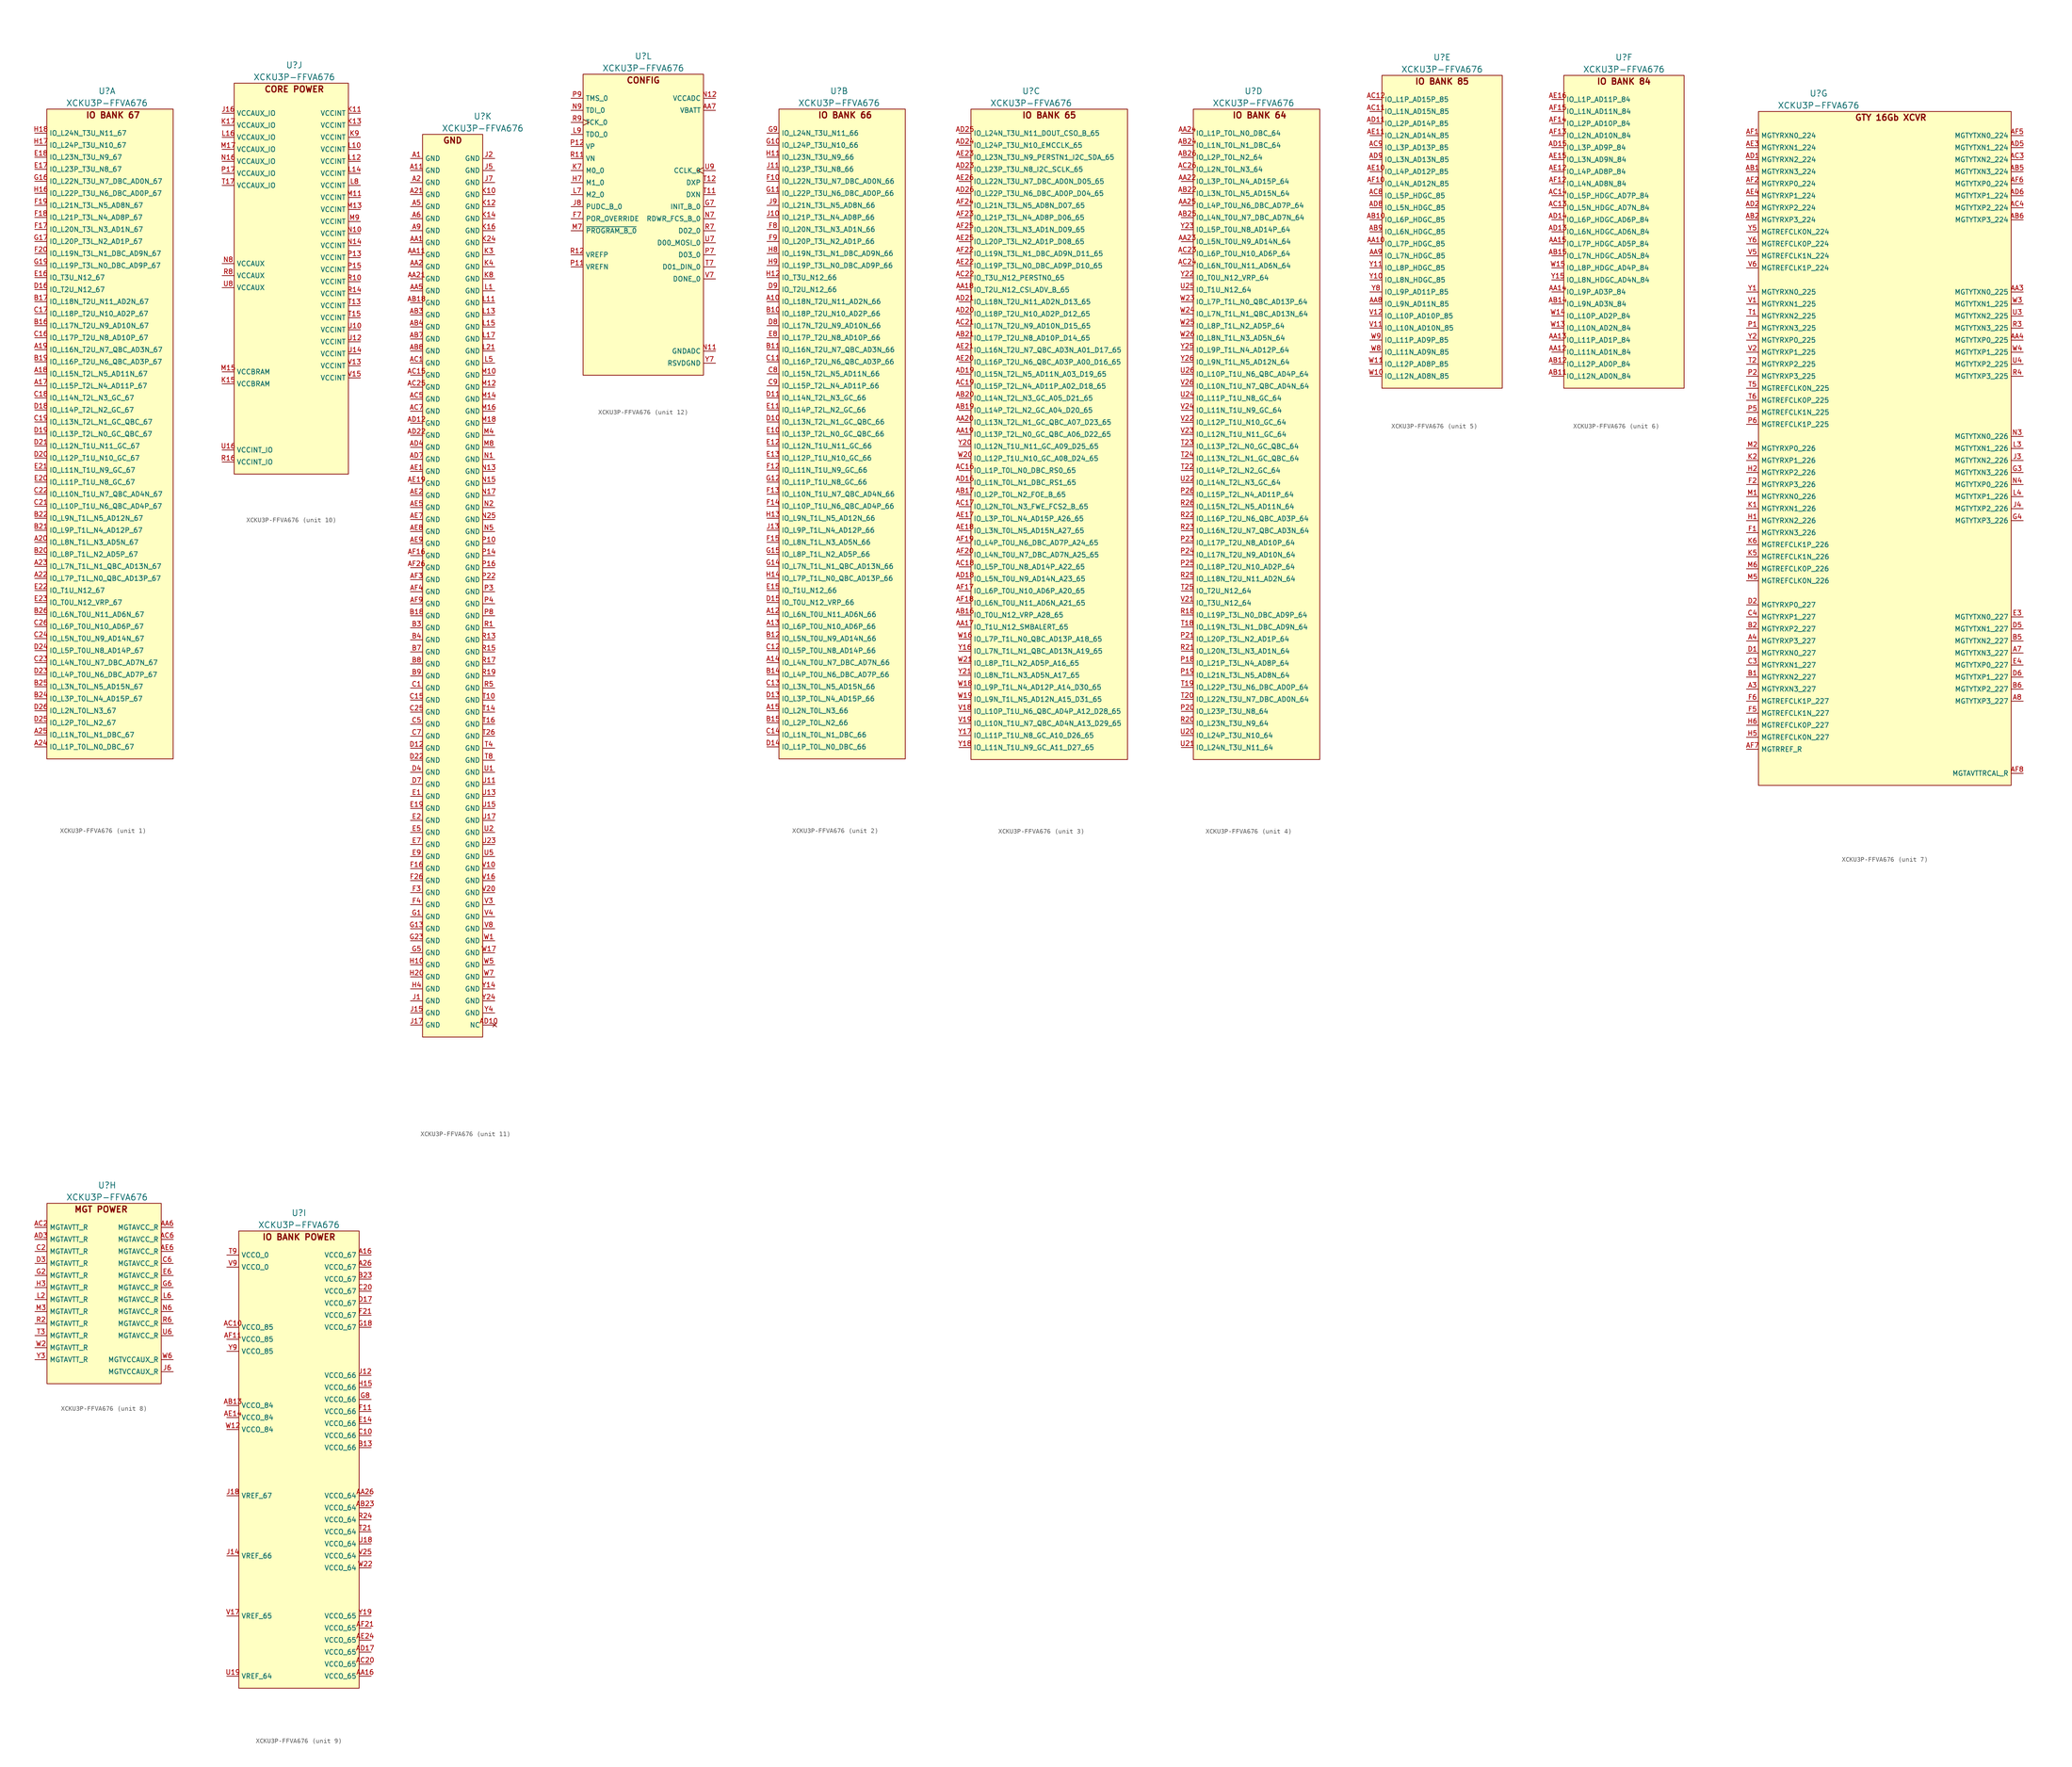
<source format=kicad_sym>
(kicad_symbol_lib
  (version 20231120)
  (generator "kicad_symbol_editor")
  (generator_version "8.0")
  (symbol "XCKU3P-FFVA676"
    (property "Reference" "U"
      (at 12.7 3.81 0)
      (effects (font (size 1.27 1.27))))
    (property "Value" "XCKU3P-FFVA676"
      (at 12.7 1.27 0)
      (effects (font (size 1.27 1.27))))
    (property "ki_locked" ""
      (at 0 0 0)
      (effects (font (size 1.27 1.27))))
    (symbol "XCKU3P-FFVA676_1_0"
      (pin bidirectional line (at -2.54 -58.42 0) (length 2.54) (name "IO_L15P_T2L_N4_AD11P_67" (effects (font (size 1.016 1.016)))) (number "A17" (effects (font (size 1.016 1.016)))))
      (pin bidirectional line (at -2.54 -55.88 0) (length 2.54) (name "IO_L15N_T2L_N5_AD11N_67" (effects (font (size 1.016 1.016)))) (number "A18" (effects (font (size 1.016 1.016)))))
      (pin bidirectional line (at -2.54 -50.8 0) (length 2.54) (name "IO_L16N_T2U_N7_QBC_AD3N_67" (effects (font (size 1.016 1.016)))) (number "A19" (effects (font (size 1.016 1.016)))))
      (pin bidirectional line (at -2.54 -91.44 0) (length 2.54) (name "IO_L8N_T1L_N3_AD5N_67" (effects (font (size 1.016 1.016)))) (number "A20" (effects (font (size 1.016 1.016)))))
      (pin bidirectional line (at -2.54 -99.06 0) (length 2.54) (name "IO_L7P_T1L_N0_QBC_AD13P_67" (effects (font (size 1.016 1.016)))) (number "A22" (effects (font (size 1.016 1.016)))))
      (pin bidirectional line (at -2.54 -96.52 0) (length 2.54) (name "IO_L7N_T1L_N1_QBC_AD13N_67" (effects (font (size 1.016 1.016)))) (number "A23" (effects (font (size 1.016 1.016)))))
      (pin bidirectional line (at -2.54 -134.62 0) (length 2.54) (name "IO_L1P_T0L_N0_DBC_67" (effects (font (size 1.016 1.016)))) (number "A24" (effects (font (size 1.016 1.016)))))
      (pin bidirectional line (at -2.54 -132.08 0) (length 2.54) (name "IO_L1N_T0L_N1_DBC_67" (effects (font (size 1.016 1.016)))) (number "A25" (effects (font (size 1.016 1.016)))))
      (pin bidirectional line (at -2.54 -45.72 0) (length 2.54) (name "IO_L17N_T2U_N9_AD10N_67" (effects (font (size 1.016 1.016)))) (number "B16" (effects (font (size 1.016 1.016)))))
      (pin bidirectional line (at -2.54 -40.64 0) (length 2.54) (name "IO_L18N_T2U_N11_AD2N_67" (effects (font (size 1.016 1.016)))) (number "B17" (effects (font (size 1.016 1.016)))))
      (pin bidirectional line (at -2.54 -53.34 0) (length 2.54) (name "IO_L16P_T2U_N6_QBC_AD3P_67" (effects (font (size 1.016 1.016)))) (number "B19" (effects (font (size 1.016 1.016)))))
      (pin bidirectional line (at -2.54 -93.98 0) (length 2.54) (name "IO_L8P_T1L_N2_AD5P_67" (effects (font (size 1.016 1.016)))) (number "B20" (effects (font (size 1.016 1.016)))))
      (pin bidirectional line (at -2.54 -88.9 0) (length 2.54) (name "IO_L9P_T1L_N4_AD12P_67" (effects (font (size 1.016 1.016)))) (number "B21" (effects (font (size 1.016 1.016)))))
      (pin bidirectional line (at -2.54 -86.36 0) (length 2.54) (name "IO_L9N_T1L_N5_AD12N_67" (effects (font (size 1.016 1.016)))) (number "B22" (effects (font (size 1.016 1.016)))))
      (pin bidirectional line (at -2.54 -124.46 0) (length 2.54) (name "IO_L3P_T0L_N4_AD15P_67" (effects (font (size 1.016 1.016)))) (number "B24" (effects (font (size 1.016 1.016)))))
      (pin bidirectional line (at -2.54 -121.92 0) (length 2.54) (name "IO_L3N_T0L_N5_AD15N_67" (effects (font (size 1.016 1.016)))) (number "B25" (effects (font (size 1.016 1.016)))))
      (pin bidirectional line (at -2.54 -106.68 0) (length 2.54) (name "IO_L6N_T0U_N11_AD6N_67" (effects (font (size 1.016 1.016)))) (number "B26" (effects (font (size 1.016 1.016)))))
      (pin bidirectional line (at -2.54 -48.26 0) (length 2.54) (name "IO_L17P_T2U_N8_AD10P_67" (effects (font (size 1.016 1.016)))) (number "C16" (effects (font (size 1.016 1.016)))))
      (pin bidirectional line (at -2.54 -43.18 0) (length 2.54) (name "IO_L18P_T2U_N10_AD2P_67" (effects (font (size 1.016 1.016)))) (number "C17" (effects (font (size 1.016 1.016)))))
      (pin bidirectional line (at -2.54 -60.96 0) (length 2.54) (name "IO_L14N_T2L_N3_GC_67" (effects (font (size 1.016 1.016)))) (number "C18" (effects (font (size 1.016 1.016)))))
      (pin bidirectional line (at -2.54 -66.04 0) (length 2.54) (name "IO_L13N_T2L_N1_GC_QBC_67" (effects (font (size 1.016 1.016)))) (number "C19" (effects (font (size 1.016 1.016)))))
      (pin bidirectional line (at -2.54 -83.82 0) (length 2.54) (name "IO_L10P_T1U_N6_QBC_AD4P_67" (effects (font (size 1.016 1.016)))) (number "C21" (effects (font (size 1.016 1.016)))))
      (pin bidirectional line (at -2.54 -81.28 0) (length 2.54) (name "IO_L10N_T1U_N7_QBC_AD4N_67" (effects (font (size 1.016 1.016)))) (number "C22" (effects (font (size 1.016 1.016)))))
      (pin bidirectional line (at -2.54 -116.84 0) (length 2.54) (name "IO_L4N_T0U_N7_DBC_AD7N_67" (effects (font (size 1.016 1.016)))) (number "C23" (effects (font (size 1.016 1.016)))))
      (pin bidirectional line (at -2.54 -111.76 0) (length 2.54) (name "IO_L5N_T0U_N9_AD14N_67" (effects (font (size 1.016 1.016)))) (number "C24" (effects (font (size 1.016 1.016)))))
      (pin bidirectional line (at -2.54 -109.22 0) (length 2.54) (name "IO_L6P_T0U_N10_AD6P_67" (effects (font (size 1.016 1.016)))) (number "C26" (effects (font (size 1.016 1.016)))))
      (pin bidirectional line (at -2.54 -38.1 0) (length 2.54) (name "IO_T2U_N12_67" (effects (font (size 1.016 1.016)))) (number "D16" (effects (font (size 1.016 1.016)))))
      (pin bidirectional line (at -2.54 -63.5 0) (length 2.54) (name "IO_L14P_T2L_N2_GC_67" (effects (font (size 1.016 1.016)))) (number "D18" (effects (font (size 1.016 1.016)))))
      (pin bidirectional line (at -2.54 -68.58 0) (length 2.54) (name "IO_L13P_T2L_N0_GC_QBC_67" (effects (font (size 1.016 1.016)))) (number "D19" (effects (font (size 1.016 1.016)))))
      (pin bidirectional line (at -2.54 -73.66 0) (length 2.54) (name "IO_L12P_T1U_N10_GC_67" (effects (font (size 1.016 1.016)))) (number "D20" (effects (font (size 1.016 1.016)))))
      (pin bidirectional line (at -2.54 -71.12 0) (length 2.54) (name "IO_L12N_T1U_N11_GC_67" (effects (font (size 1.016 1.016)))) (number "D21" (effects (font (size 1.016 1.016)))))
      (pin bidirectional line (at -2.54 -119.38 0) (length 2.54) (name "IO_L4P_T0U_N6_DBC_AD7P_67" (effects (font (size 1.016 1.016)))) (number "D23" (effects (font (size 1.016 1.016)))))
      (pin bidirectional line (at -2.54 -114.3 0) (length 2.54) (name "IO_L5P_T0U_N8_AD14P_67" (effects (font (size 1.016 1.016)))) (number "D24" (effects (font (size 1.016 1.016)))))
      (pin bidirectional line (at -2.54 -129.54 0) (length 2.54) (name "IO_L2P_T0L_N2_67" (effects (font (size 1.016 1.016)))) (number "D25" (effects (font (size 1.016 1.016)))))
      (pin bidirectional line (at -2.54 -127 0) (length 2.54) (name "IO_L2N_T0L_N3_67" (effects (font (size 1.016 1.016)))) (number "D26" (effects (font (size 1.016 1.016)))))
      (pin bidirectional line (at -2.54 -35.56 0) (length 2.54) (name "IO_T3U_N12_67" (effects (font (size 1.016 1.016)))) (number "E16" (effects (font (size 1.016 1.016)))))
      (pin bidirectional line (at -2.54 -12.7 0) (length 2.54) (name "IO_L23P_T3U_N8_67" (effects (font (size 1.016 1.016)))) (number "E17" (effects (font (size 1.016 1.016)))))
      (pin bidirectional line (at -2.54 -10.16 0) (length 2.54) (name "IO_L23N_T3U_N9_67" (effects (font (size 1.016 1.016)))) (number "E18" (effects (font (size 1.016 1.016)))))
      (pin bidirectional line (at -2.54 -78.74 0) (length 2.54) (name "IO_L11P_T1U_N8_GC_67" (effects (font (size 1.016 1.016)))) (number "E20" (effects (font (size 1.016 1.016)))))
      (pin bidirectional line (at -2.54 -76.2 0) (length 2.54) (name "IO_L11N_T1U_N9_GC_67" (effects (font (size 1.016 1.016)))) (number "E21" (effects (font (size 1.016 1.016)))))
      (pin bidirectional line (at -2.54 -101.6 0) (length 2.54) (name "IO_T1U_N12_67" (effects (font (size 1.016 1.016)))) (number "E22" (effects (font (size 1.016 1.016)))))
      (pin bidirectional line (at -2.54 -104.14 0) (length 2.54) (name "IO_T0U_N12_VRP_67" (effects (font (size 1.016 1.016)))) (number "E23" (effects (font (size 1.016 1.016)))))
      (pin bidirectional line (at -2.54 -25.4 0) (length 2.54) (name "IO_L20N_T3L_N3_AD1N_67" (effects (font (size 1.016 1.016)))) (number "F17" (effects (font (size 1.016 1.016)))))
      (pin bidirectional line (at -2.54 -22.86 0) (length 2.54) (name "IO_L21P_T3L_N4_AD8P_67" (effects (font (size 1.016 1.016)))) (number "F18" (effects (font (size 1.016 1.016)))))
      (pin bidirectional line (at -2.54 -20.32 0) (length 2.54) (name "IO_L21N_T3L_N5_AD8N_67" (effects (font (size 1.016 1.016)))) (number "F19" (effects (font (size 1.016 1.016)))))
      (pin bidirectional line (at -2.54 -30.48 0) (length 2.54) (name "IO_L19N_T3L_N1_DBC_AD9N_67" (effects (font (size 1.016 1.016)))) (number "F20" (effects (font (size 1.016 1.016)))))
      (pin bidirectional line (at -2.54 -15.24 0) (length 2.54) (name "IO_L22N_T3U_N7_DBC_AD0N_67" (effects (font (size 1.016 1.016)))) (number "G16" (effects (font (size 1.016 1.016)))))
      (pin bidirectional line (at -2.54 -27.94 0) (length 2.54) (name "IO_L20P_T3L_N2_AD1P_67" (effects (font (size 1.016 1.016)))) (number "G17" (effects (font (size 1.016 1.016)))))
      (pin bidirectional line (at -2.54 -33.02 0) (length 2.54) (name "IO_L19P_T3L_N0_DBC_AD9P_67" (effects (font (size 1.016 1.016)))) (number "G19" (effects (font (size 1.016 1.016)))))
      (pin bidirectional line (at -2.54 -17.78 0) (length 2.54) (name "IO_L22P_T3U_N6_DBC_AD0P_67" (effects (font (size 1.016 1.016)))) (number "H16" (effects (font (size 1.016 1.016)))))
      (pin bidirectional line (at -2.54 -7.62 0) (length 2.54) (name "IO_L24P_T3U_N10_67" (effects (font (size 1.016 1.016)))) (number "H17" (effects (font (size 1.016 1.016)))))
      (pin bidirectional line (at -2.54 -5.08 0) (length 2.54) (name "IO_L24N_T3U_N11_67" (effects (font (size 1.016 1.016)))) (number "H18" (effects (font (size 1.016 1.016))))))
    (symbol "XCKU3P-FFVA676_1_1"
      (rectangle (start 0 0) (end 26.67 -137.16) (stroke (width 0) (type default)) (fill (type background)))
      (text "IO BANK 67" (at 13.97 -1.27 0) (effects (font (size 1.27 1.27) (bold yes)))))
    (symbol "XCKU3P-FFVA676_2_0"
      (pin bidirectional line (at -2.54 -40.64 0) (length 2.54) (name "IO_L18N_T2U_N11_AD2N_66" (effects (font (size 1.016 1.016)))) (number "A10" (effects (font (size 1.016 1.016)))))
      (pin bidirectional line (at -2.54 -106.68 0) (length 2.54) (name "IO_L6N_T0U_N11_AD6N_66" (effects (font (size 1.016 1.016)))) (number "A12" (effects (font (size 1.016 1.016)))))
      (pin bidirectional line (at -2.54 -109.22 0) (length 2.54) (name "IO_L6P_T0U_N10_AD6P_66" (effects (font (size 1.016 1.016)))) (number "A13" (effects (font (size 1.016 1.016)))))
      (pin bidirectional line (at -2.54 -116.84 0) (length 2.54) (name "IO_L4N_T0U_N7_DBC_AD7N_66" (effects (font (size 1.016 1.016)))) (number "A14" (effects (font (size 1.016 1.016)))))
      (pin bidirectional line (at -2.54 -127 0) (length 2.54) (name "IO_L2N_T0L_N3_66" (effects (font (size 1.016 1.016)))) (number "A15" (effects (font (size 1.016 1.016)))))
      (pin bidirectional line (at -2.54 -43.18 0) (length 2.54) (name "IO_L18P_T2U_N10_AD2P_66" (effects (font (size 1.016 1.016)))) (number "B10" (effects (font (size 1.016 1.016)))))
      (pin bidirectional line (at -2.54 -50.8 0) (length 2.54) (name "IO_L16N_T2U_N7_QBC_AD3N_66" (effects (font (size 1.016 1.016)))) (number "B11" (effects (font (size 1.016 1.016)))))
      (pin bidirectional line (at -2.54 -111.76 0) (length 2.54) (name "IO_L5N_T0U_N9_AD14N_66" (effects (font (size 1.016 1.016)))) (number "B12" (effects (font (size 1.016 1.016)))))
      (pin bidirectional line (at -2.54 -119.38 0) (length 2.54) (name "IO_L4P_T0U_N6_DBC_AD7P_66" (effects (font (size 1.016 1.016)))) (number "B14" (effects (font (size 1.016 1.016)))))
      (pin bidirectional line (at -2.54 -129.54 0) (length 2.54) (name "IO_L2P_T0L_N2_66" (effects (font (size 1.016 1.016)))) (number "B15" (effects (font (size 1.016 1.016)))))
      (pin bidirectional line (at -2.54 -53.34 0) (length 2.54) (name "IO_L16P_T2U_N6_QBC_AD3P_66" (effects (font (size 1.016 1.016)))) (number "C11" (effects (font (size 1.016 1.016)))))
      (pin bidirectional line (at -2.54 -114.3 0) (length 2.54) (name "IO_L5P_T0U_N8_AD14P_66" (effects (font (size 1.016 1.016)))) (number "C12" (effects (font (size 1.016 1.016)))))
      (pin bidirectional line (at -2.54 -121.92 0) (length 2.54) (name "IO_L3N_T0L_N5_AD15N_66" (effects (font (size 1.016 1.016)))) (number "C13" (effects (font (size 1.016 1.016)))))
      (pin bidirectional line (at -2.54 -132.08 0) (length 2.54) (name "IO_L1N_T0L_N1_DBC_66" (effects (font (size 1.016 1.016)))) (number "C14" (effects (font (size 1.016 1.016)))))
      (pin bidirectional line (at -2.54 -55.88 0) (length 2.54) (name "IO_L15N_T2L_N5_AD11N_66" (effects (font (size 1.016 1.016)))) (number "C8" (effects (font (size 1.016 1.016)))))
      (pin bidirectional line (at -2.54 -58.42 0) (length 2.54) (name "IO_L15P_T2L_N4_AD11P_66" (effects (font (size 1.016 1.016)))) (number "C9" (effects (font (size 1.016 1.016)))))
      (pin bidirectional line (at -2.54 -66.04 0) (length 2.54) (name "IO_L13N_T2L_N1_GC_QBC_66" (effects (font (size 1.016 1.016)))) (number "D10" (effects (font (size 1.016 1.016)))))
      (pin bidirectional line (at -2.54 -60.96 0) (length 2.54) (name "IO_L14N_T2L_N3_GC_66" (effects (font (size 1.016 1.016)))) (number "D11" (effects (font (size 1.016 1.016)))))
      (pin bidirectional line (at -2.54 -124.46 0) (length 2.54) (name "IO_L3P_T0L_N4_AD15P_66" (effects (font (size 1.016 1.016)))) (number "D13" (effects (font (size 1.016 1.016)))))
      (pin bidirectional line (at -2.54 -134.62 0) (length 2.54) (name "IO_L1P_T0L_N0_DBC_66" (effects (font (size 1.016 1.016)))) (number "D14" (effects (font (size 1.016 1.016)))))
      (pin bidirectional line (at -2.54 -104.14 0) (length 2.54) (name "IO_T0U_N12_VRP_66" (effects (font (size 1.016 1.016)))) (number "D15" (effects (font (size 1.016 1.016)))))
      (pin bidirectional line (at -2.54 -45.72 0) (length 2.54) (name "IO_L17N_T2U_N9_AD10N_66" (effects (font (size 1.016 1.016)))) (number "D8" (effects (font (size 1.016 1.016)))))
      (pin bidirectional line (at -2.54 -38.1 0) (length 2.54) (name "IO_T2U_N12_66" (effects (font (size 1.016 1.016)))) (number "D9" (effects (font (size 1.016 1.016)))))
      (pin bidirectional line (at -2.54 -68.58 0) (length 2.54) (name "IO_L13P_T2L_N0_GC_QBC_66" (effects (font (size 1.016 1.016)))) (number "E10" (effects (font (size 1.016 1.016)))))
      (pin bidirectional line (at -2.54 -63.5 0) (length 2.54) (name "IO_L14P_T2L_N2_GC_66" (effects (font (size 1.016 1.016)))) (number "E11" (effects (font (size 1.016 1.016)))))
      (pin bidirectional line (at -2.54 -71.12 0) (length 2.54) (name "IO_L12N_T1U_N11_GC_66" (effects (font (size 1.016 1.016)))) (number "E12" (effects (font (size 1.016 1.016)))))
      (pin bidirectional line (at -2.54 -73.66 0) (length 2.54) (name "IO_L12P_T1U_N10_GC_66" (effects (font (size 1.016 1.016)))) (number "E13" (effects (font (size 1.016 1.016)))))
      (pin bidirectional line (at -2.54 -101.6 0) (length 2.54) (name "IO_T1U_N12_66" (effects (font (size 1.016 1.016)))) (number "E15" (effects (font (size 1.016 1.016)))))
      (pin bidirectional line (at -2.54 -48.26 0) (length 2.54) (name "IO_L17P_T2U_N8_AD10P_66" (effects (font (size 1.016 1.016)))) (number "E8" (effects (font (size 1.016 1.016)))))
      (pin bidirectional line (at -2.54 -15.24 0) (length 2.54) (name "IO_L22N_T3U_N7_DBC_AD0N_66" (effects (font (size 1.016 1.016)))) (number "F10" (effects (font (size 1.016 1.016)))))
      (pin bidirectional line (at -2.54 -76.2 0) (length 2.54) (name "IO_L11N_T1U_N9_GC_66" (effects (font (size 1.016 1.016)))) (number "F12" (effects (font (size 1.016 1.016)))))
      (pin bidirectional line (at -2.54 -81.28 0) (length 2.54) (name "IO_L10N_T1U_N7_QBC_AD4N_66" (effects (font (size 1.016 1.016)))) (number "F13" (effects (font (size 1.016 1.016)))))
      (pin bidirectional line (at -2.54 -83.82 0) (length 2.54) (name "IO_L10P_T1U_N6_QBC_AD4P_66" (effects (font (size 1.016 1.016)))) (number "F14" (effects (font (size 1.016 1.016)))))
      (pin bidirectional line (at -2.54 -91.44 0) (length 2.54) (name "IO_L8N_T1L_N3_AD5N_66" (effects (font (size 1.016 1.016)))) (number "F15" (effects (font (size 1.016 1.016)))))
      (pin bidirectional line (at -2.54 -25.4 0) (length 2.54) (name "IO_L20N_T3L_N3_AD1N_66" (effects (font (size 1.016 1.016)))) (number "F8" (effects (font (size 1.016 1.016)))))
      (pin bidirectional line (at -2.54 -27.94 0) (length 2.54) (name "IO_L20P_T3L_N2_AD1P_66" (effects (font (size 1.016 1.016)))) (number "F9" (effects (font (size 1.016 1.016)))))
      (pin bidirectional line (at -2.54 -7.62 0) (length 2.54) (name "IO_L24P_T3U_N10_66" (effects (font (size 1.016 1.016)))) (number "G10" (effects (font (size 1.016 1.016)))))
      (pin bidirectional line (at -2.54 -17.78 0) (length 2.54) (name "IO_L22P_T3U_N6_DBC_AD0P_66" (effects (font (size 1.016 1.016)))) (number "G11" (effects (font (size 1.016 1.016)))))
      (pin bidirectional line (at -2.54 -78.74 0) (length 2.54) (name "IO_L11P_T1U_N8_GC_66" (effects (font (size 1.016 1.016)))) (number "G12" (effects (font (size 1.016 1.016)))))
      (pin bidirectional line (at -2.54 -96.52 0) (length 2.54) (name "IO_L7N_T1L_N1_QBC_AD13N_66" (effects (font (size 1.016 1.016)))) (number "G14" (effects (font (size 1.016 1.016)))))
      (pin bidirectional line (at -2.54 -93.98 0) (length 2.54) (name "IO_L8P_T1L_N2_AD5P_66" (effects (font (size 1.016 1.016)))) (number "G15" (effects (font (size 1.016 1.016)))))
      (pin bidirectional line (at -2.54 -5.08 0) (length 2.54) (name "IO_L24N_T3U_N11_66" (effects (font (size 1.016 1.016)))) (number "G9" (effects (font (size 1.016 1.016)))))
      (pin bidirectional line (at -2.54 -10.16 0) (length 2.54) (name "IO_L23N_T3U_N9_66" (effects (font (size 1.016 1.016)))) (number "H11" (effects (font (size 1.016 1.016)))))
      (pin bidirectional line (at -2.54 -35.56 0) (length 2.54) (name "IO_T3U_N12_66" (effects (font (size 1.016 1.016)))) (number "H12" (effects (font (size 1.016 1.016)))))
      (pin bidirectional line (at -2.54 -86.36 0) (length 2.54) (name "IO_L9N_T1L_N5_AD12N_66" (effects (font (size 1.016 1.016)))) (number "H13" (effects (font (size 1.016 1.016)))))
      (pin bidirectional line (at -2.54 -99.06 0) (length 2.54) (name "IO_L7P_T1L_N0_QBC_AD13P_66" (effects (font (size 1.016 1.016)))) (number "H14" (effects (font (size 1.016 1.016)))))
      (pin bidirectional line (at -2.54 -30.48 0) (length 2.54) (name "IO_L19N_T3L_N1_DBC_AD9N_66" (effects (font (size 1.016 1.016)))) (number "H8" (effects (font (size 1.016 1.016)))))
      (pin bidirectional line (at -2.54 -33.02 0) (length 2.54) (name "IO_L19P_T3L_N0_DBC_AD9P_66" (effects (font (size 1.016 1.016)))) (number "H9" (effects (font (size 1.016 1.016)))))
      (pin bidirectional line (at -2.54 -22.86 0) (length 2.54) (name "IO_L21P_T3L_N4_AD8P_66" (effects (font (size 1.016 1.016)))) (number "J10" (effects (font (size 1.016 1.016)))))
      (pin bidirectional line (at -2.54 -12.7 0) (length 2.54) (name "IO_L23P_T3U_N8_66" (effects (font (size 1.016 1.016)))) (number "J11" (effects (font (size 1.016 1.016)))))
      (pin bidirectional line (at -2.54 -88.9 0) (length 2.54) (name "IO_L9P_T1L_N4_AD12P_66" (effects (font (size 1.016 1.016)))) (number "J13" (effects (font (size 1.016 1.016)))))
      (pin bidirectional line (at -2.54 -20.32 0) (length 2.54) (name "IO_L21N_T3L_N5_AD8N_66" (effects (font (size 1.016 1.016)))) (number "J9" (effects (font (size 1.016 1.016))))))
    (symbol "XCKU3P-FFVA676_2_1"
      (rectangle (start 0 0) (end 26.67 -137.16) (stroke (width 0) (type default)) (fill (type background)))
      (text "IO BANK 66\n" (at 13.97 -1.27 0) (effects (font (size 1.27 1.27) (bold yes)))))
    (symbol "XCKU3P-FFVA676_3_0"
      (pin bidirectional line (at -2.54 -109.22 0) (length 2.54) (name "IO_T1U_N12_SMBALERT_65" (effects (font (size 1.016 1.016)))) (number "AA17" (effects (font (size 1.016 1.016)))))
      (pin bidirectional line (at -2.54 -38.1 0) (length 2.54) (name "IO_T2U_N12_CSI_ADV_B_65" (effects (font (size 1.016 1.016)))) (number "AA18" (effects (font (size 1.016 1.016)))))
      (pin bidirectional line (at -2.54 -68.58 0) (length 2.54) (name "IO_L13P_T2L_N0_GC_QBC_A06_D22_65" (effects (font (size 1.016 1.016)))) (number "AA19" (effects (font (size 1.016 1.016)))))
      (pin bidirectional line (at -2.54 -66.04 0) (length 2.54) (name "IO_L13N_T2L_N1_GC_QBC_A07_D23_65" (effects (font (size 1.016 1.016)))) (number "AA20" (effects (font (size 1.016 1.016)))))
      (pin bidirectional line (at -2.54 -106.68 0) (length 2.54) (name "IO_T0U_N12_VRP_A28_65" (effects (font (size 1.016 1.016)))) (number "AB16" (effects (font (size 1.016 1.016)))))
      (pin bidirectional line (at -2.54 -81.28 0) (length 2.54) (name "IO_L2P_T0L_N2_FOE_B_65" (effects (font (size 1.016 1.016)))) (number "AB17" (effects (font (size 1.016 1.016)))))
      (pin bidirectional line (at -2.54 -63.5 0) (length 2.54) (name "IO_L14P_T2L_N2_GC_A04_D20_65" (effects (font (size 1.016 1.016)))) (number "AB19" (effects (font (size 1.016 1.016)))))
      (pin bidirectional line (at -2.54 -60.96 0) (length 2.54) (name "IO_L14N_T2L_N3_GC_A05_D21_65" (effects (font (size 1.016 1.016)))) (number "AB20" (effects (font (size 1.016 1.016)))))
      (pin bidirectional line (at -2.54 -48.26 0) (length 2.54) (name "IO_L17P_T2U_N8_AD10P_D14_65" (effects (font (size 1.016 1.016)))) (number "AB21" (effects (font (size 1.016 1.016)))))
      (pin bidirectional line (at -2.54 -76.2 0) (length 2.54) (name "IO_L1P_T0L_N0_DBC_RS0_65" (effects (font (size 1.016 1.016)))) (number "AC16" (effects (font (size 1.016 1.016)))))
      (pin bidirectional line (at -2.54 -83.82 0) (length 2.54) (name "IO_L2N_T0L_N3_FWE_FCS2_B_65" (effects (font (size 1.016 1.016)))) (number "AC17" (effects (font (size 1.016 1.016)))))
      (pin bidirectional line (at -2.54 -96.52 0) (length 2.54) (name "IO_L5P_T0U_N8_AD14P_A22_65" (effects (font (size 1.016 1.016)))) (number "AC18" (effects (font (size 1.016 1.016)))))
      (pin bidirectional line (at -2.54 -58.42 0) (length 2.54) (name "IO_L15P_T2L_N4_AD11P_A02_D18_65" (effects (font (size 1.016 1.016)))) (number "AC19" (effects (font (size 1.016 1.016)))))
      (pin bidirectional line (at -2.54 -45.72 0) (length 2.54) (name "IO_L17N_T2U_N9_AD10N_D15_65" (effects (font (size 1.016 1.016)))) (number "AC21" (effects (font (size 1.016 1.016)))))
      (pin bidirectional line (at -2.54 -35.56 0) (length 2.54) (name "IO_T3U_N12_PERSTN0_65" (effects (font (size 1.016 1.016)))) (number "AC22" (effects (font (size 1.016 1.016)))))
      (pin bidirectional line (at -2.54 -78.74 0) (length 2.54) (name "IO_L1N_T0L_N1_DBC_RS1_65" (effects (font (size 1.016 1.016)))) (number "AD16" (effects (font (size 1.016 1.016)))))
      (pin bidirectional line (at -2.54 -99.06 0) (length 2.54) (name "IO_L5N_T0U_N9_AD14N_A23_65" (effects (font (size 1.016 1.016)))) (number "AD18" (effects (font (size 1.016 1.016)))))
      (pin bidirectional line (at -2.54 -55.88 0) (length 2.54) (name "IO_L15N_T2L_N5_AD11N_A03_D19_65" (effects (font (size 1.016 1.016)))) (number "AD19" (effects (font (size 1.016 1.016)))))
      (pin bidirectional line (at -2.54 -43.18 0) (length 2.54) (name "IO_L18P_T2U_N10_AD2P_D12_65" (effects (font (size 1.016 1.016)))) (number "AD20" (effects (font (size 1.016 1.016)))))
      (pin bidirectional line (at -2.54 -40.64 0) (length 2.54) (name "IO_L18N_T2U_N11_AD2N_D13_65" (effects (font (size 1.016 1.016)))) (number "AD21" (effects (font (size 1.016 1.016)))))
      (pin bidirectional line (at -2.54 -12.7 0) (length 2.54) (name "IO_L23P_T3U_N8_I2C_SCLK_65" (effects (font (size 1.016 1.016)))) (number "AD23" (effects (font (size 1.016 1.016)))))
      (pin bidirectional line (at -2.54 -7.62 0) (length 2.54) (name "IO_L24P_T3U_N10_EMCCLK_65" (effects (font (size 1.016 1.016)))) (number "AD24" (effects (font (size 1.016 1.016)))))
      (pin bidirectional line (at -2.54 -5.08 0) (length 2.54) (name "IO_L24N_T3U_N11_DOUT_CSO_B_65" (effects (font (size 1.016 1.016)))) (number "AD25" (effects (font (size 1.016 1.016)))))
      (pin bidirectional line (at -2.54 -17.78 0) (length 2.54) (name "IO_L22P_T3U_N6_DBC_AD0P_D04_65" (effects (font (size 1.016 1.016)))) (number "AD26" (effects (font (size 1.016 1.016)))))
      (pin bidirectional line (at -2.54 -86.36 0) (length 2.54) (name "IO_L3P_T0L_N4_AD15P_A26_65" (effects (font (size 1.016 1.016)))) (number "AE17" (effects (font (size 1.016 1.016)))))
      (pin bidirectional line (at -2.54 -88.9 0) (length 2.54) (name "IO_L3N_T0L_N5_AD15N_A27_65" (effects (font (size 1.016 1.016)))) (number "AE18" (effects (font (size 1.016 1.016)))))
      (pin bidirectional line (at -2.54 -53.34 0) (length 2.54) (name "IO_L16P_T2U_N6_QBC_AD3P_A00_D16_65" (effects (font (size 1.016 1.016)))) (number "AE20" (effects (font (size 1.016 1.016)))))
      (pin bidirectional line (at -2.54 -50.8 0) (length 2.54) (name "IO_L16N_T2U_N7_QBC_AD3N_A01_D17_65" (effects (font (size 1.016 1.016)))) (number "AE21" (effects (font (size 1.016 1.016)))))
      (pin bidirectional line (at -2.54 -33.02 0) (length 2.54) (name "IO_L19P_T3L_N0_DBC_AD9P_D10_65" (effects (font (size 1.016 1.016)))) (number "AE22" (effects (font (size 1.016 1.016)))))
      (pin bidirectional line (at -2.54 -10.16 0) (length 2.54) (name "IO_L23N_T3U_N9_PERSTN1_I2C_SDA_65" (effects (font (size 1.016 1.016)))) (number "AE23" (effects (font (size 1.016 1.016)))))
      (pin bidirectional line (at -2.54 -27.94 0) (length 2.54) (name "IO_L20P_T3L_N2_AD1P_D08_65" (effects (font (size 1.016 1.016)))) (number "AE25" (effects (font (size 1.016 1.016)))))
      (pin bidirectional line (at -2.54 -15.24 0) (length 2.54) (name "IO_L22N_T3U_N7_DBC_AD0N_D05_65" (effects (font (size 1.016 1.016)))) (number "AE26" (effects (font (size 1.016 1.016)))))
      (pin bidirectional line (at -2.54 -101.6 0) (length 2.54) (name "IO_L6P_T0U_N10_AD6P_A20_65" (effects (font (size 1.016 1.016)))) (number "AF17" (effects (font (size 1.016 1.016)))))
      (pin bidirectional line (at -2.54 -104.14 0) (length 2.54) (name "IO_L6N_T0U_N11_AD6N_A21_65" (effects (font (size 1.016 1.016)))) (number "AF18" (effects (font (size 1.016 1.016)))))
      (pin bidirectional line (at -2.54 -91.44 0) (length 2.54) (name "IO_L4P_T0U_N6_DBC_AD7P_A24_65" (effects (font (size 1.016 1.016)))) (number "AF19" (effects (font (size 1.016 1.016)))))
      (pin bidirectional line (at -2.54 -93.98 0) (length 2.54) (name "IO_L4N_T0U_N7_DBC_AD7N_A25_65" (effects (font (size 1.016 1.016)))) (number "AF20" (effects (font (size 1.016 1.016)))))
      (pin bidirectional line (at -2.54 -30.48 0) (length 2.54) (name "IO_L19N_T3L_N1_DBC_AD9N_D11_65" (effects (font (size 1.016 1.016)))) (number "AF22" (effects (font (size 1.016 1.016)))))
      (pin bidirectional line (at -2.54 -22.86 0) (length 2.54) (name "IO_L21P_T3L_N4_AD8P_D06_65" (effects (font (size 1.016 1.016)))) (number "AF23" (effects (font (size 1.016 1.016)))))
      (pin bidirectional line (at -2.54 -20.32 0) (length 2.54) (name "IO_L21N_T3L_N5_AD8N_D07_65" (effects (font (size 1.016 1.016)))) (number "AF24" (effects (font (size 1.016 1.016)))))
      (pin bidirectional line (at -2.54 -25.4 0) (length 2.54) (name "IO_L20N_T3L_N3_AD1N_D09_65" (effects (font (size 1.016 1.016)))) (number "AF25" (effects (font (size 1.016 1.016)))))
      (pin bidirectional line (at -2.54 -127 0) (length 2.54) (name "IO_L10P_T1U_N6_QBC_AD4P_A12_D28_65" (effects (font (size 1.016 1.016)))) (number "V18" (effects (font (size 1.016 1.016)))))
      (pin bidirectional line (at -2.54 -129.54 0) (length 2.54) (name "IO_L10N_T1U_N7_QBC_AD4N_A13_D29_65" (effects (font (size 1.016 1.016)))) (number "V19" (effects (font (size 1.016 1.016)))))
      (pin bidirectional line (at -2.54 -111.76 0) (length 2.54) (name "IO_L7P_T1L_N0_QBC_AD13P_A18_65" (effects (font (size 1.016 1.016)))) (number "W16" (effects (font (size 1.016 1.016)))))
      (pin bidirectional line (at -2.54 -121.92 0) (length 2.54) (name "IO_L9P_T1L_N4_AD12P_A14_D30_65" (effects (font (size 1.016 1.016)))) (number "W18" (effects (font (size 1.016 1.016)))))
      (pin bidirectional line (at -2.54 -124.46 0) (length 2.54) (name "IO_L9N_T1L_N5_AD12N_A15_D31_65" (effects (font (size 1.016 1.016)))) (number "W19" (effects (font (size 1.016 1.016)))))
      (pin bidirectional line (at -2.54 -73.66 0) (length 2.54) (name "IO_L12P_T1U_N10_GC_A08_D24_65" (effects (font (size 1.016 1.016)))) (number "W20" (effects (font (size 1.016 1.016)))))
      (pin bidirectional line (at -2.54 -116.84 0) (length 2.54) (name "IO_L8P_T1L_N2_AD5P_A16_65" (effects (font (size 1.016 1.016)))) (number "W21" (effects (font (size 1.016 1.016)))))
      (pin bidirectional line (at -2.54 -114.3 0) (length 2.54) (name "IO_L7N_T1L_N1_QBC_AD13N_A19_65" (effects (font (size 1.016 1.016)))) (number "Y16" (effects (font (size 1.016 1.016)))))
      (pin bidirectional line (at -2.54 -132.08 0) (length 2.54) (name "IO_L11P_T1U_N8_GC_A10_D26_65" (effects (font (size 1.016 1.016)))) (number "Y17" (effects (font (size 1.016 1.016)))))
      (pin bidirectional line (at -2.54 -134.62 0) (length 2.54) (name "IO_L11N_T1U_N9_GC_A11_D27_65" (effects (font (size 1.016 1.016)))) (number "Y18" (effects (font (size 1.016 1.016)))))
      (pin bidirectional line (at -2.54 -71.12 0) (length 2.54) (name "IO_L12N_T1U_N11_GC_A09_D25_65" (effects (font (size 1.016 1.016)))) (number "Y20" (effects (font (size 1.016 1.016)))))
      (pin bidirectional line (at -2.54 -119.38 0) (length 2.54) (name "IO_L8N_T1L_N3_AD5N_A17_65" (effects (font (size 1.016 1.016)))) (number "Y21" (effects (font (size 1.016 1.016))))))
    (symbol "XCKU3P-FFVA676_3_1"
      (rectangle (start 0 0) (end 33.02 -137.16) (stroke (width 0) (type default)) (fill (type background)))
      (text "IO BANK 65\n" (at 16.51 -1.27 0) (effects (font (size 1.27 1.27) (bold yes)))))
    (symbol "XCKU3P-FFVA676_4_0"
      (pin bidirectional line (at -2.54 -15.24 0) (length 2.54) (name "IO_L3P_T0L_N4_AD15P_64" (effects (font (size 1.016 1.016)))) (number "AA22" (effects (font (size 1.016 1.016)))))
      (pin bidirectional line (at -2.54 -27.94 0) (length 2.54) (name "IO_L5N_T0U_N9_AD14N_64" (effects (font (size 1.016 1.016)))) (number "AA23" (effects (font (size 1.016 1.016)))))
      (pin bidirectional line (at -2.54 -5.08 0) (length 2.54) (name "IO_L1P_T0L_N0_DBC_64" (effects (font (size 1.016 1.016)))) (number "AA24" (effects (font (size 1.016 1.016)))))
      (pin bidirectional line (at -2.54 -20.32 0) (length 2.54) (name "IO_L4P_T0U_N6_DBC_AD7P_64" (effects (font (size 1.016 1.016)))) (number "AA25" (effects (font (size 1.016 1.016)))))
      (pin bidirectional line (at -2.54 -17.78 0) (length 2.54) (name "IO_L3N_T0L_N5_AD15N_64" (effects (font (size 1.016 1.016)))) (number "AB22" (effects (font (size 1.016 1.016)))))
      (pin bidirectional line (at -2.54 -7.62 0) (length 2.54) (name "IO_L1N_T0L_N1_DBC_64" (effects (font (size 1.016 1.016)))) (number "AB24" (effects (font (size 1.016 1.016)))))
      (pin bidirectional line (at -2.54 -22.86 0) (length 2.54) (name "IO_L4N_T0U_N7_DBC_AD7N_64" (effects (font (size 1.016 1.016)))) (number "AB25" (effects (font (size 1.016 1.016)))))
      (pin bidirectional line (at -2.54 -10.16 0) (length 2.54) (name "IO_L2P_T0L_N2_64" (effects (font (size 1.016 1.016)))) (number "AB26" (effects (font (size 1.016 1.016)))))
      (pin bidirectional line (at -2.54 -30.48 0) (length 2.54) (name "IO_L6P_T0U_N10_AD6P_64" (effects (font (size 1.016 1.016)))) (number "AC23" (effects (font (size 1.016 1.016)))))
      (pin bidirectional line (at -2.54 -33.02 0) (length 2.54) (name "IO_L6N_T0U_N11_AD6N_64" (effects (font (size 1.016 1.016)))) (number "AC24" (effects (font (size 1.016 1.016)))))
      (pin bidirectional line (at -2.54 -12.7 0) (length 2.54) (name "IO_L2N_T0L_N3_64" (effects (font (size 1.016 1.016)))) (number "AC26" (effects (font (size 1.016 1.016)))))
      (pin bidirectional line (at -2.54 -116.84 0) (length 2.54) (name "IO_L21P_T3L_N4_AD8P_64" (effects (font (size 1.016 1.016)))) (number "P18" (effects (font (size 1.016 1.016)))))
      (pin bidirectional line (at -2.54 -119.38 0) (length 2.54) (name "IO_L21N_T3L_N5_AD8N_64" (effects (font (size 1.016 1.016)))) (number "P19" (effects (font (size 1.016 1.016)))))
      (pin bidirectional line (at -2.54 -127 0) (length 2.54) (name "IO_L23P_T3U_N8_64" (effects (font (size 1.016 1.016)))) (number "P20" (effects (font (size 1.016 1.016)))))
      (pin bidirectional line (at -2.54 -111.76 0) (length 2.54) (name "IO_L20P_T3L_N2_AD1P_64" (effects (font (size 1.016 1.016)))) (number "P21" (effects (font (size 1.016 1.016)))))
      (pin bidirectional line (at -2.54 -91.44 0) (length 2.54) (name "IO_L17P_T2U_N8_AD10P_64" (effects (font (size 1.016 1.016)))) (number "P23" (effects (font (size 1.016 1.016)))))
      (pin bidirectional line (at -2.54 -93.98 0) (length 2.54) (name "IO_L17N_T2U_N9_AD10N_64" (effects (font (size 1.016 1.016)))) (number "P24" (effects (font (size 1.016 1.016)))))
      (pin bidirectional line (at -2.54 -96.52 0) (length 2.54) (name "IO_L18P_T2U_N10_AD2P_64" (effects (font (size 1.016 1.016)))) (number "P25" (effects (font (size 1.016 1.016)))))
      (pin bidirectional line (at -2.54 -81.28 0) (length 2.54) (name "IO_L15P_T2L_N4_AD11P_64" (effects (font (size 1.016 1.016)))) (number "P26" (effects (font (size 1.016 1.016)))))
      (pin bidirectional line (at -2.54 -106.68 0) (length 2.54) (name "IO_L19P_T3L_N0_DBC_AD9P_64" (effects (font (size 1.016 1.016)))) (number "R18" (effects (font (size 1.016 1.016)))))
      (pin bidirectional line (at -2.54 -129.54 0) (length 2.54) (name "IO_L23N_T3U_N9_64" (effects (font (size 1.016 1.016)))) (number "R20" (effects (font (size 1.016 1.016)))))
      (pin bidirectional line (at -2.54 -114.3 0) (length 2.54) (name "IO_L20N_T3L_N3_AD1N_64" (effects (font (size 1.016 1.016)))) (number "R21" (effects (font (size 1.016 1.016)))))
      (pin bidirectional line (at -2.54 -86.36 0) (length 2.54) (name "IO_L16P_T2U_N6_QBC_AD3P_64" (effects (font (size 1.016 1.016)))) (number "R22" (effects (font (size 1.016 1.016)))))
      (pin bidirectional line (at -2.54 -88.9 0) (length 2.54) (name "IO_L16N_T2U_N7_QBC_AD3N_64" (effects (font (size 1.016 1.016)))) (number "R23" (effects (font (size 1.016 1.016)))))
      (pin bidirectional line (at -2.54 -99.06 0) (length 2.54) (name "IO_L18N_T2U_N11_AD2N_64" (effects (font (size 1.016 1.016)))) (number "R25" (effects (font (size 1.016 1.016)))))
      (pin bidirectional line (at -2.54 -83.82 0) (length 2.54) (name "IO_L15N_T2L_N5_AD11N_64" (effects (font (size 1.016 1.016)))) (number "R26" (effects (font (size 1.016 1.016)))))
      (pin bidirectional line (at -2.54 -109.22 0) (length 2.54) (name "IO_L19N_T3L_N1_DBC_AD9N_64" (effects (font (size 1.016 1.016)))) (number "T18" (effects (font (size 1.016 1.016)))))
      (pin bidirectional line (at -2.54 -121.92 0) (length 2.54) (name "IO_L22P_T3U_N6_DBC_AD0P_64" (effects (font (size 1.016 1.016)))) (number "T19" (effects (font (size 1.016 1.016)))))
      (pin bidirectional line (at -2.54 -124.46 0) (length 2.54) (name "IO_L22N_T3U_N7_DBC_AD0N_64" (effects (font (size 1.016 1.016)))) (number "T20" (effects (font (size 1.016 1.016)))))
      (pin bidirectional line (at -2.54 -76.2 0) (length 2.54) (name "IO_L14P_T2L_N2_GC_64" (effects (font (size 1.016 1.016)))) (number "T22" (effects (font (size 1.016 1.016)))))
      (pin bidirectional line (at -2.54 -71.12 0) (length 2.54) (name "IO_L13P_T2L_N0_GC_QBC_64" (effects (font (size 1.016 1.016)))) (number "T23" (effects (font (size 1.016 1.016)))))
      (pin bidirectional line (at -2.54 -73.66 0) (length 2.54) (name "IO_L13N_T2L_N1_GC_QBC_64" (effects (font (size 1.016 1.016)))) (number "T24" (effects (font (size 1.016 1.016)))))
      (pin bidirectional line (at -2.54 -101.6 0) (length 2.54) (name "IO_T2U_N12_64" (effects (font (size 1.016 1.016)))) (number "T25" (effects (font (size 1.016 1.016)))))
      (pin bidirectional line (at -2.54 -132.08 0) (length 2.54) (name "IO_L24P_T3U_N10_64" (effects (font (size 1.016 1.016)))) (number "U20" (effects (font (size 1.016 1.016)))))
      (pin bidirectional line (at -2.54 -134.62 0) (length 2.54) (name "IO_L24N_T3U_N11_64" (effects (font (size 1.016 1.016)))) (number "U21" (effects (font (size 1.016 1.016)))))
      (pin bidirectional line (at -2.54 -78.74 0) (length 2.54) (name "IO_L14N_T2L_N3_GC_64" (effects (font (size 1.016 1.016)))) (number "U22" (effects (font (size 1.016 1.016)))))
      (pin bidirectional line (at -2.54 -60.96 0) (length 2.54) (name "IO_L11P_T1U_N8_GC_64" (effects (font (size 1.016 1.016)))) (number "U24" (effects (font (size 1.016 1.016)))))
      (pin bidirectional line (at -2.54 -38.1 0) (length 2.54) (name "IO_T1U_N12_64" (effects (font (size 1.016 1.016)))) (number "U25" (effects (font (size 1.016 1.016)))))
      (pin bidirectional line (at -2.54 -55.88 0) (length 2.54) (name "IO_L10P_T1U_N6_QBC_AD4P_64" (effects (font (size 1.016 1.016)))) (number "U26" (effects (font (size 1.016 1.016)))))
      (pin bidirectional line (at -2.54 -104.14 0) (length 2.54) (name "IO_T3U_N12_64" (effects (font (size 1.016 1.016)))) (number "V21" (effects (font (size 1.016 1.016)))))
      (pin bidirectional line (at -2.54 -66.04 0) (length 2.54) (name "IO_L12P_T1U_N10_GC_64" (effects (font (size 1.016 1.016)))) (number "V22" (effects (font (size 1.016 1.016)))))
      (pin bidirectional line (at -2.54 -68.58 0) (length 2.54) (name "IO_L12N_T1U_N11_GC_64" (effects (font (size 1.016 1.016)))) (number "V23" (effects (font (size 1.016 1.016)))))
      (pin bidirectional line (at -2.54 -63.5 0) (length 2.54) (name "IO_L11N_T1U_N9_GC_64" (effects (font (size 1.016 1.016)))) (number "V24" (effects (font (size 1.016 1.016)))))
      (pin bidirectional line (at -2.54 -58.42 0) (length 2.54) (name "IO_L10N_T1U_N7_QBC_AD4N_64" (effects (font (size 1.016 1.016)))) (number "V26" (effects (font (size 1.016 1.016)))))
      (pin bidirectional line (at -2.54 -40.64 0) (length 2.54) (name "IO_L7P_T1L_N0_QBC_AD13P_64" (effects (font (size 1.016 1.016)))) (number "W23" (effects (font (size 1.016 1.016)))))
      (pin bidirectional line (at -2.54 -43.18 0) (length 2.54) (name "IO_L7N_T1L_N1_QBC_AD13N_64" (effects (font (size 1.016 1.016)))) (number "W24" (effects (font (size 1.016 1.016)))))
      (pin bidirectional line (at -2.54 -45.72 0) (length 2.54) (name "IO_L8P_T1L_N2_AD5P_64" (effects (font (size 1.016 1.016)))) (number "W25" (effects (font (size 1.016 1.016)))))
      (pin bidirectional line (at -2.54 -48.26 0) (length 2.54) (name "IO_L8N_T1L_N3_AD5N_64" (effects (font (size 1.016 1.016)))) (number "W26" (effects (font (size 1.016 1.016)))))
      (pin bidirectional line (at -2.54 -35.56 0) (length 2.54) (name "IO_T0U_N12_VRP_64" (effects (font (size 1.016 1.016)))) (number "Y22" (effects (font (size 1.016 1.016)))))
      (pin bidirectional line (at -2.54 -25.4 0) (length 2.54) (name "IO_L5P_T0U_N8_AD14P_64" (effects (font (size 1.016 1.016)))) (number "Y23" (effects (font (size 1.016 1.016)))))
      (pin bidirectional line (at -2.54 -50.8 0) (length 2.54) (name "IO_L9P_T1L_N4_AD12P_64" (effects (font (size 1.016 1.016)))) (number "Y25" (effects (font (size 1.016 1.016)))))
      (pin bidirectional line (at -2.54 -53.34 0) (length 2.54) (name "IO_L9N_T1L_N5_AD12N_64" (effects (font (size 1.016 1.016)))) (number "Y26" (effects (font (size 1.016 1.016))))))
    (symbol "XCKU3P-FFVA676_4_1"
      (rectangle (start 0 0) (end 26.67 -137.16) (stroke (width 0) (type default)) (fill (type background)))
      (text "IO BANK 64\n" (at 13.97 -1.27 0) (effects (font (size 1.27 1.27) (bold yes)))))
    (symbol "XCKU3P-FFVA676_5_0"
      (pin bidirectional line (at -2.54 -35.56 0) (length 2.54) (name "IO_L7P_HDGC_85" (effects (font (size 1.016 1.016)))) (number "AA10" (effects (font (size 1.016 1.016)))))
      (pin bidirectional line (at -2.54 -48.26 0) (length 2.54) (name "IO_L9N_AD11N_85" (effects (font (size 1.016 1.016)))) (number "AA8" (effects (font (size 1.016 1.016)))))
      (pin bidirectional line (at -2.54 -38.1 0) (length 2.54) (name "IO_L7N_HDGC_85" (effects (font (size 1.016 1.016)))) (number "AA9" (effects (font (size 1.016 1.016)))))
      (pin bidirectional line (at -2.54 -30.48 0) (length 2.54) (name "IO_L6P_HDGC_85" (effects (font (size 1.016 1.016)))) (number "AB10" (effects (font (size 1.016 1.016)))))
      (pin bidirectional line (at -2.54 -33.02 0) (length 2.54) (name "IO_L6N_HDGC_85" (effects (font (size 1.016 1.016)))) (number "AB9" (effects (font (size 1.016 1.016)))))
      (pin bidirectional line (at -2.54 -7.62 0) (length 2.54) (name "IO_L1N_AD15N_85" (effects (font (size 1.016 1.016)))) (number "AC11" (effects (font (size 1.016 1.016)))))
      (pin bidirectional line (at -2.54 -5.08 0) (length 2.54) (name "IO_L1P_AD15P_85" (effects (font (size 1.016 1.016)))) (number "AC12" (effects (font (size 1.016 1.016)))))
      (pin bidirectional line (at -2.54 -25.4 0) (length 2.54) (name "IO_L5P_HDGC_85" (effects (font (size 1.016 1.016)))) (number "AC8" (effects (font (size 1.016 1.016)))))
      (pin bidirectional line (at -2.54 -15.24 0) (length 2.54) (name "IO_L3P_AD13P_85" (effects (font (size 1.016 1.016)))) (number "AC9" (effects (font (size 1.016 1.016)))))
      (pin bidirectional line (at -2.54 -10.16 0) (length 2.54) (name "IO_L2P_AD14P_85" (effects (font (size 1.016 1.016)))) (number "AD11" (effects (font (size 1.016 1.016)))))
      (pin bidirectional line (at -2.54 -27.94 0) (length 2.54) (name "IO_L5N_HDGC_85" (effects (font (size 1.016 1.016)))) (number "AD8" (effects (font (size 1.016 1.016)))))
      (pin bidirectional line (at -2.54 -17.78 0) (length 2.54) (name "IO_L3N_AD13N_85" (effects (font (size 1.016 1.016)))) (number "AD9" (effects (font (size 1.016 1.016)))))
      (pin bidirectional line (at -2.54 -20.32 0) (length 2.54) (name "IO_L4P_AD12P_85" (effects (font (size 1.016 1.016)))) (number "AE10" (effects (font (size 1.016 1.016)))))
      (pin bidirectional line (at -2.54 -12.7 0) (length 2.54) (name "IO_L2N_AD14N_85" (effects (font (size 1.016 1.016)))) (number "AE11" (effects (font (size 1.016 1.016)))))
      (pin bidirectional line (at -2.54 -22.86 0) (length 2.54) (name "IO_L4N_AD12N_85" (effects (font (size 1.016 1.016)))) (number "AF10" (effects (font (size 1.016 1.016)))))
      (pin bidirectional line (at -2.54 -53.34 0) (length 2.54) (name "IO_L10N_AD10N_85" (effects (font (size 1.016 1.016)))) (number "V11" (effects (font (size 1.016 1.016)))))
      (pin bidirectional line (at -2.54 -50.8 0) (length 2.54) (name "IO_L10P_AD10P_85" (effects (font (size 1.016 1.016)))) (number "V12" (effects (font (size 1.016 1.016)))))
      (pin bidirectional line (at -2.54 -63.5 0) (length 2.54) (name "IO_L12N_AD8N_85" (effects (font (size 1.016 1.016)))) (number "W10" (effects (font (size 1.016 1.016)))))
      (pin bidirectional line (at -2.54 -60.96 0) (length 2.54) (name "IO_L12P_AD8P_85" (effects (font (size 1.016 1.016)))) (number "W11" (effects (font (size 1.016 1.016)))))
      (pin bidirectional line (at -2.54 -58.42 0) (length 2.54) (name "IO_L11N_AD9N_85" (effects (font (size 1.016 1.016)))) (number "W8" (effects (font (size 1.016 1.016)))))
      (pin bidirectional line (at -2.54 -55.88 0) (length 2.54) (name "IO_L11P_AD9P_85" (effects (font (size 1.016 1.016)))) (number "W9" (effects (font (size 1.016 1.016)))))
      (pin bidirectional line (at -2.54 -43.18 0) (length 2.54) (name "IO_L8N_HDGC_85" (effects (font (size 1.016 1.016)))) (number "Y10" (effects (font (size 1.016 1.016)))))
      (pin bidirectional line (at -2.54 -40.64 0) (length 2.54) (name "IO_L8P_HDGC_85" (effects (font (size 1.016 1.016)))) (number "Y11" (effects (font (size 1.016 1.016)))))
      (pin bidirectional line (at -2.54 -45.72 0) (length 2.54) (name "IO_L9P_AD11P_85" (effects (font (size 1.016 1.016)))) (number "Y8" (effects (font (size 1.016 1.016))))))
    (symbol "XCKU3P-FFVA676_5_1"
      (rectangle (start 0 0) (end 25.4 -66.04) (stroke (width 0) (type default)) (fill (type background)))
      (text "IO BANK 85" (at 12.7 -1.27 0) (effects (font (size 1.27 1.27) (bold yes)))))
    (symbol "XCKU3P-FFVA676_6_0"
      (pin bidirectional line (at -2.54 -58.42 0) (length 2.54) (name "IO_L11N_AD1N_84" (effects (font (size 1.016 1.016)))) (number "AA12" (effects (font (size 1.016 1.016)))))
      (pin bidirectional line (at -2.54 -55.88 0) (length 2.54) (name "IO_L11P_AD1P_84" (effects (font (size 1.016 1.016)))) (number "AA13" (effects (font (size 1.016 1.016)))))
      (pin bidirectional line (at -2.54 -45.72 0) (length 2.54) (name "IO_L9P_AD3P_84" (effects (font (size 1.016 1.016)))) (number "AA14" (effects (font (size 1.016 1.016)))))
      (pin bidirectional line (at -2.54 -35.56 0) (length 2.54) (name "IO_L7P_HDGC_AD5P_84" (effects (font (size 1.016 1.016)))) (number "AA15" (effects (font (size 1.016 1.016)))))
      (pin bidirectional line (at -2.54 -63.5 0) (length 2.54) (name "IO_L12N_AD0N_84" (effects (font (size 1.016 1.016)))) (number "AB11" (effects (font (size 1.016 1.016)))))
      (pin bidirectional line (at -2.54 -60.96 0) (length 2.54) (name "IO_L12P_AD0P_84" (effects (font (size 1.016 1.016)))) (number "AB12" (effects (font (size 1.016 1.016)))))
      (pin bidirectional line (at -2.54 -48.26 0) (length 2.54) (name "IO_L9N_AD3N_84" (effects (font (size 1.016 1.016)))) (number "AB14" (effects (font (size 1.016 1.016)))))
      (pin bidirectional line (at -2.54 -38.1 0) (length 2.54) (name "IO_L7N_HDGC_AD5N_84" (effects (font (size 1.016 1.016)))) (number "AB15" (effects (font (size 1.016 1.016)))))
      (pin bidirectional line (at -2.54 -27.94 0) (length 2.54) (name "IO_L5N_HDGC_AD7N_84" (effects (font (size 1.016 1.016)))) (number "AC13" (effects (font (size 1.016 1.016)))))
      (pin bidirectional line (at -2.54 -25.4 0) (length 2.54) (name "IO_L5P_HDGC_AD7P_84" (effects (font (size 1.016 1.016)))) (number "AC14" (effects (font (size 1.016 1.016)))))
      (pin bidirectional line (at -2.54 -33.02 0) (length 2.54) (name "IO_L6N_HDGC_AD6N_84" (effects (font (size 1.016 1.016)))) (number "AD13" (effects (font (size 1.016 1.016)))))
      (pin bidirectional line (at -2.54 -30.48 0) (length 2.54) (name "IO_L6P_HDGC_AD6P_84" (effects (font (size 1.016 1.016)))) (number "AD14" (effects (font (size 1.016 1.016)))))
      (pin bidirectional line (at -2.54 -15.24 0) (length 2.54) (name "IO_L3P_AD9P_84" (effects (font (size 1.016 1.016)))) (number "AD15" (effects (font (size 1.016 1.016)))))
      (pin bidirectional line (at -2.54 -20.32 0) (length 2.54) (name "IO_L4P_AD8P_84" (effects (font (size 1.016 1.016)))) (number "AE12" (effects (font (size 1.016 1.016)))))
      (pin bidirectional line (at -2.54 -17.78 0) (length 2.54) (name "IO_L3N_AD9N_84" (effects (font (size 1.016 1.016)))) (number "AE15" (effects (font (size 1.016 1.016)))))
      (pin bidirectional line (at -2.54 -5.08 0) (length 2.54) (name "IO_L1P_AD11P_84" (effects (font (size 1.016 1.016)))) (number "AE16" (effects (font (size 1.016 1.016)))))
      (pin bidirectional line (at -2.54 -22.86 0) (length 2.54) (name "IO_L4N_AD8N_84" (effects (font (size 1.016 1.016)))) (number "AF12" (effects (font (size 1.016 1.016)))))
      (pin bidirectional line (at -2.54 -12.7 0) (length 2.54) (name "IO_L2N_AD10N_84" (effects (font (size 1.016 1.016)))) (number "AF13" (effects (font (size 1.016 1.016)))))
      (pin bidirectional line (at -2.54 -10.16 0) (length 2.54) (name "IO_L2P_AD10P_84" (effects (font (size 1.016 1.016)))) (number "AF14" (effects (font (size 1.016 1.016)))))
      (pin bidirectional line (at -2.54 -7.62 0) (length 2.54) (name "IO_L1N_AD11N_84" (effects (font (size 1.016 1.016)))) (number "AF15" (effects (font (size 1.016 1.016)))))
      (pin bidirectional line (at -2.54 -53.34 0) (length 2.54) (name "IO_L10N_AD2N_84" (effects (font (size 1.016 1.016)))) (number "W13" (effects (font (size 1.016 1.016)))))
      (pin bidirectional line (at -2.54 -50.8 0) (length 2.54) (name "IO_L10P_AD2P_84" (effects (font (size 1.016 1.016)))) (number "W14" (effects (font (size 1.016 1.016)))))
      (pin bidirectional line (at -2.54 -40.64 0) (length 2.54) (name "IO_L8P_HDGC_AD4P_84" (effects (font (size 1.016 1.016)))) (number "W15" (effects (font (size 1.016 1.016)))))
      (pin bidirectional line (at -2.54 -43.18 0) (length 2.54) (name "IO_L8N_HDGC_AD4N_84" (effects (font (size 1.016 1.016)))) (number "Y15" (effects (font (size 1.016 1.016))))))
    (symbol "XCKU3P-FFVA676_6_1"
      (rectangle (start 0 0) (end 25.4 -66.04) (stroke (width 0) (type default)) (fill (type background)))
      (text "IO BANK 84" (at 12.7 -1.27 0) (effects (font (size 1.27 1.27) (bold yes)))))
    (symbol "XCKU3P-FFVA676_7_0"
      (pin input line (at -2.54 -121.92 0) (length 2.54) (name "MGTYRXN3_227" (effects (font (size 1.016 1.016)))) (number "A3" (effects (font (size 1.016 1.016)))))
      (pin input line (at -2.54 -111.76 0) (length 2.54) (name "MGTYRXP3_227" (effects (font (size 1.016 1.016)))) (number "A4" (effects (font (size 1.016 1.016)))))
      (pin output line (at 55.88 -114.3 180) (length 2.54) (name "MGTYTXN3_227" (effects (font (size 1.016 1.016)))) (number "A7" (effects (font (size 1.016 1.016)))))
      (pin output line (at 55.88 -124.46 180) (length 2.54) (name "MGTYTXP3_227" (effects (font (size 1.016 1.016)))) (number "A8" (effects (font (size 1.016 1.016)))))
      (pin output line (at 55.88 -38.1 180) (length 2.54) (name "MGTYTXN0_225" (effects (font (size 1.016 1.016)))) (number "AA3" (effects (font (size 1.016 1.016)))))
      (pin output line (at 55.88 -48.26 180) (length 2.54) (name "MGTYTXP0_225" (effects (font (size 1.016 1.016)))) (number "AA4" (effects (font (size 1.016 1.016)))))
      (pin input line (at -2.54 -12.7 0) (length 2.54) (name "MGTYRXN3_224" (effects (font (size 1.016 1.016)))) (number "AB1" (effects (font (size 1.016 1.016)))))
      (pin input line (at -2.54 -22.86 0) (length 2.54) (name "MGTYRXP3_224" (effects (font (size 1.016 1.016)))) (number "AB2" (effects (font (size 1.016 1.016)))))
      (pin output line (at 55.88 -12.7 180) (length 2.54) (name "MGTYTXN3_224" (effects (font (size 1.016 1.016)))) (number "AB5" (effects (font (size 1.016 1.016)))))
      (pin output line (at 55.88 -22.86 180) (length 2.54) (name "MGTYTXP3_224" (effects (font (size 1.016 1.016)))) (number "AB6" (effects (font (size 1.016 1.016)))))
      (pin output line (at 55.88 -10.16 180) (length 2.54) (name "MGTYTXN2_224" (effects (font (size 1.016 1.016)))) (number "AC3" (effects (font (size 1.016 1.016)))))
      (pin output line (at 55.88 -20.32 180) (length 2.54) (name "MGTYTXP2_224" (effects (font (size 1.016 1.016)))) (number "AC4" (effects (font (size 1.016 1.016)))))
      (pin input line (at -2.54 -10.16 0) (length 2.54) (name "MGTYRXN2_224" (effects (font (size 1.016 1.016)))) (number "AD1" (effects (font (size 1.016 1.016)))))
      (pin input line (at -2.54 -20.32 0) (length 2.54) (name "MGTYRXP2_224" (effects (font (size 1.016 1.016)))) (number "AD2" (effects (font (size 1.016 1.016)))))
      (pin output line (at 55.88 -7.62 180) (length 2.54) (name "MGTYTXN1_224" (effects (font (size 1.016 1.016)))) (number "AD5" (effects (font (size 1.016 1.016)))))
      (pin output line (at 55.88 -17.78 180) (length 2.54) (name "MGTYTXP1_224" (effects (font (size 1.016 1.016)))) (number "AD6" (effects (font (size 1.016 1.016)))))
      (pin input line (at -2.54 -7.62 0) (length 2.54) (name "MGTYRXN1_224" (effects (font (size 1.016 1.016)))) (number "AE3" (effects (font (size 1.016 1.016)))))
      (pin input line (at -2.54 -17.78 0) (length 2.54) (name "MGTYRXP1_224" (effects (font (size 1.016 1.016)))) (number "AE4" (effects (font (size 1.016 1.016)))))
      (pin input line (at -2.54 -5.08 0) (length 2.54) (name "MGTYRXN0_224" (effects (font (size 1.016 1.016)))) (number "AF1" (effects (font (size 1.016 1.016)))))
      (pin input line (at -2.54 -15.24 0) (length 2.54) (name "MGTYRXP0_224" (effects (font (size 1.016 1.016)))) (number "AF2" (effects (font (size 1.016 1.016)))))
      (pin output line (at 55.88 -5.08 180) (length 2.54) (name "MGTYTXN0_224" (effects (font (size 1.016 1.016)))) (number "AF5" (effects (font (size 1.016 1.016)))))
      (pin output line (at 55.88 -15.24 180) (length 2.54) (name "MGTYTXP0_224" (effects (font (size 1.016 1.016)))) (number "AF6" (effects (font (size 1.016 1.016)))))
      (pin input line (at -2.54 -134.62 0) (length 2.54) (name "MGTRREF_R" (effects (font (size 1.016 1.016)))) (number "AF7" (effects (font (size 1.016 1.016)))))
      (pin bidirectional line (at 55.88 -139.7 180) (length 2.54) (name "MGTAVTTRCAL_R" (effects (font (size 1.016 1.016)))) (number "AF8" (effects (font (size 1.016 1.016)))))
      (pin input line (at -2.54 -119.38 0) (length 2.54) (name "MGTYRXN2_227" (effects (font (size 1.016 1.016)))) (number "B1" (effects (font (size 1.016 1.016)))))
      (pin input line (at -2.54 -109.22 0) (length 2.54) (name "MGTYRXP2_227" (effects (font (size 1.016 1.016)))) (number "B2" (effects (font (size 1.016 1.016)))))
      (pin output line (at 55.88 -111.76 180) (length 2.54) (name "MGTYTXN2_227" (effects (font (size 1.016 1.016)))) (number "B5" (effects (font (size 1.016 1.016)))))
      (pin output line (at 55.88 -121.92 180) (length 2.54) (name "MGTYTXP2_227" (effects (font (size 1.016 1.016)))) (number "B6" (effects (font (size 1.016 1.016)))))
      (pin input line (at -2.54 -116.84 0) (length 2.54) (name "MGTYRXN1_227" (effects (font (size 1.016 1.016)))) (number "C3" (effects (font (size 1.016 1.016)))))
      (pin input line (at -2.54 -106.68 0) (length 2.54) (name "MGTYRXP1_227" (effects (font (size 1.016 1.016)))) (number "C4" (effects (font (size 1.016 1.016)))))
      (pin input line (at -2.54 -114.3 0) (length 2.54) (name "MGTYRXN0_227" (effects (font (size 1.016 1.016)))) (number "D1" (effects (font (size 1.016 1.016)))))
      (pin input line (at -2.54 -104.14 0) (length 2.54) (name "MGTYRXP0_227" (effects (font (size 1.016 1.016)))) (number "D2" (effects (font (size 1.016 1.016)))))
      (pin output line (at 55.88 -109.22 180) (length 2.54) (name "MGTYTXN1_227" (effects (font (size 1.016 1.016)))) (number "D5" (effects (font (size 1.016 1.016)))))
      (pin output line (at 55.88 -119.38 180) (length 2.54) (name "MGTYTXP1_227" (effects (font (size 1.016 1.016)))) (number "D6" (effects (font (size 1.016 1.016)))))
      (pin output line (at 55.88 -106.68 180) (length 2.54) (name "MGTYTXN0_227" (effects (font (size 1.016 1.016)))) (number "E3" (effects (font (size 1.016 1.016)))))
      (pin output line (at 55.88 -116.84 180) (length 2.54) (name "MGTYTXP0_227" (effects (font (size 1.016 1.016)))) (number "E4" (effects (font (size 1.016 1.016)))))
      (pin input line (at -2.54 -88.9 0) (length 2.54) (name "MGTYRXN3_226" (effects (font (size 1.016 1.016)))) (number "F1" (effects (font (size 1.016 1.016)))))
      (pin input line (at -2.54 -78.74 0) (length 2.54) (name "MGTYRXP3_226" (effects (font (size 1.016 1.016)))) (number "F2" (effects (font (size 1.016 1.016)))))
      (pin input line (at -2.54 -127 0) (length 2.54) (name "MGTREFCLK1N_227" (effects (font (size 1.016 1.016)))) (number "F5" (effects (font (size 1.016 1.016)))))
      (pin input line (at -2.54 -124.46 0) (length 2.54) (name "MGTREFCLK1P_227" (effects (font (size 1.016 1.016)))) (number "F6" (effects (font (size 1.016 1.016)))))
      (pin output line (at 55.88 -76.2 180) (length 2.54) (name "MGTYTXN3_226" (effects (font (size 1.016 1.016)))) (number "G3" (effects (font (size 1.016 1.016)))))
      (pin output line (at 55.88 -86.36 180) (length 2.54) (name "MGTYTXP3_226" (effects (font (size 1.016 1.016)))) (number "G4" (effects (font (size 1.016 1.016)))))
      (pin input line (at -2.54 -86.36 0) (length 2.54) (name "MGTYRXN2_226" (effects (font (size 1.016 1.016)))) (number "H1" (effects (font (size 1.016 1.016)))))
      (pin input line (at -2.54 -76.2 0) (length 2.54) (name "MGTYRXP2_226" (effects (font (size 1.016 1.016)))) (number "H2" (effects (font (size 1.016 1.016)))))
      (pin input line (at -2.54 -132.08 0) (length 2.54) (name "MGTREFCLK0N_227" (effects (font (size 1.016 1.016)))) (number "H5" (effects (font (size 1.016 1.016)))))
      (pin input line (at -2.54 -129.54 0) (length 2.54) (name "MGTREFCLK0P_227" (effects (font (size 1.016 1.016)))) (number "H6" (effects (font (size 1.016 1.016)))))
      (pin output line (at 55.88 -73.66 180) (length 2.54) (name "MGTYTXN2_226" (effects (font (size 1.016 1.016)))) (number "J3" (effects (font (size 1.016 1.016)))))
      (pin output line (at 55.88 -83.82 180) (length 2.54) (name "MGTYTXP2_226" (effects (font (size 1.016 1.016)))) (number "J4" (effects (font (size 1.016 1.016)))))
      (pin input line (at -2.54 -83.82 0) (length 2.54) (name "MGTYRXN1_226" (effects (font (size 1.016 1.016)))) (number "K1" (effects (font (size 1.016 1.016)))))
      (pin input line (at -2.54 -73.66 0) (length 2.54) (name "MGTYRXP1_226" (effects (font (size 1.016 1.016)))) (number "K2" (effects (font (size 1.016 1.016)))))
      (pin input line (at -2.54 -93.98 0) (length 2.54) (name "MGTREFCLK1N_226" (effects (font (size 1.016 1.016)))) (number "K5" (effects (font (size 1.016 1.016)))))
      (pin input line (at -2.54 -91.44 0) (length 2.54) (name "MGTREFCLK1P_226" (effects (font (size 1.016 1.016)))) (number "K6" (effects (font (size 1.016 1.016)))))
      (pin output line (at 55.88 -71.12 180) (length 2.54) (name "MGTYTXN1_226" (effects (font (size 1.016 1.016)))) (number "L3" (effects (font (size 1.016 1.016)))))
      (pin output line (at 55.88 -81.28 180) (length 2.54) (name "MGTYTXP1_226" (effects (font (size 1.016 1.016)))) (number "L4" (effects (font (size 1.016 1.016)))))
      (pin input line (at -2.54 -81.28 0) (length 2.54) (name "MGTYRXN0_226" (effects (font (size 1.016 1.016)))) (number "M1" (effects (font (size 1.016 1.016)))))
      (pin input line (at -2.54 -71.12 0) (length 2.54) (name "MGTYRXP0_226" (effects (font (size 1.016 1.016)))) (number "M2" (effects (font (size 1.016 1.016)))))
      (pin input line (at -2.54 -99.06 0) (length 2.54) (name "MGTREFCLK0N_226" (effects (font (size 1.016 1.016)))) (number "M5" (effects (font (size 1.016 1.016)))))
      (pin input line (at -2.54 -96.52 0) (length 2.54) (name "MGTREFCLK0P_226" (effects (font (size 1.016 1.016)))) (number "M6" (effects (font (size 1.016 1.016)))))
      (pin output line (at 55.88 -68.58 180) (length 2.54) (name "MGTYTXN0_226" (effects (font (size 1.016 1.016)))) (number "N3" (effects (font (size 1.016 1.016)))))
      (pin output line (at 55.88 -78.74 180) (length 2.54) (name "MGTYTXP0_226" (effects (font (size 1.016 1.016)))) (number "N4" (effects (font (size 1.016 1.016)))))
      (pin input line (at -2.54 -45.72 0) (length 2.54) (name "MGTYRXN3_225" (effects (font (size 1.016 1.016)))) (number "P1" (effects (font (size 1.016 1.016)))))
      (pin input line (at -2.54 -55.88 0) (length 2.54) (name "MGTYRXP3_225" (effects (font (size 1.016 1.016)))) (number "P2" (effects (font (size 1.016 1.016)))))
      (pin input line (at -2.54 -63.5 0) (length 2.54) (name "MGTREFCLK1N_225" (effects (font (size 1.016 1.016)))) (number "P5" (effects (font (size 1.016 1.016)))))
      (pin input line (at -2.54 -66.04 0) (length 2.54) (name "MGTREFCLK1P_225" (effects (font (size 1.016 1.016)))) (number "P6" (effects (font (size 1.016 1.016)))))
      (pin output line (at 55.88 -45.72 180) (length 2.54) (name "MGTYTXN3_225" (effects (font (size 1.016 1.016)))) (number "R3" (effects (font (size 1.016 1.016)))))
      (pin output line (at 55.88 -55.88 180) (length 2.54) (name "MGTYTXP3_225" (effects (font (size 1.016 1.016)))) (number "R4" (effects (font (size 1.016 1.016)))))
      (pin input line (at -2.54 -43.18 0) (length 2.54) (name "MGTYRXN2_225" (effects (font (size 1.016 1.016)))) (number "T1" (effects (font (size 1.016 1.016)))))
      (pin input line (at -2.54 -53.34 0) (length 2.54) (name "MGTYRXP2_225" (effects (font (size 1.016 1.016)))) (number "T2" (effects (font (size 1.016 1.016)))))
      (pin input line (at -2.54 -58.42 0) (length 2.54) (name "MGTREFCLK0N_225" (effects (font (size 1.016 1.016)))) (number "T5" (effects (font (size 1.016 1.016)))))
      (pin input line (at -2.54 -60.96 0) (length 2.54) (name "MGTREFCLK0P_225" (effects (font (size 1.016 1.016)))) (number "T6" (effects (font (size 1.016 1.016)))))
      (pin output line (at 55.88 -43.18 180) (length 2.54) (name "MGTYTXN2_225" (effects (font (size 1.016 1.016)))) (number "U3" (effects (font (size 1.016 1.016)))))
      (pin output line (at 55.88 -53.34 180) (length 2.54) (name "MGTYTXP2_225" (effects (font (size 1.016 1.016)))) (number "U4" (effects (font (size 1.016 1.016)))))
      (pin input line (at -2.54 -40.64 0) (length 2.54) (name "MGTYRXN1_225" (effects (font (size 1.016 1.016)))) (number "V1" (effects (font (size 1.016 1.016)))))
      (pin input line (at -2.54 -50.8 0) (length 2.54) (name "MGTYRXP1_225" (effects (font (size 1.016 1.016)))) (number "V2" (effects (font (size 1.016 1.016)))))
      (pin input line (at -2.54 -30.48 0) (length 2.54) (name "MGTREFCLK1N_224" (effects (font (size 1.016 1.016)))) (number "V5" (effects (font (size 1.016 1.016)))))
      (pin input line (at -2.54 -33.02 0) (length 2.54) (name "MGTREFCLK1P_224" (effects (font (size 1.016 1.016)))) (number "V6" (effects (font (size 1.016 1.016)))))
      (pin output line (at 55.88 -40.64 180) (length 2.54) (name "MGTYTXN1_225" (effects (font (size 1.016 1.016)))) (number "W3" (effects (font (size 1.016 1.016)))))
      (pin output line (at 55.88 -50.8 180) (length 2.54) (name "MGTYTXP1_225" (effects (font (size 1.016 1.016)))) (number "W4" (effects (font (size 1.016 1.016)))))
      (pin input line (at -2.54 -38.1 0) (length 2.54) (name "MGTYRXN0_225" (effects (font (size 1.016 1.016)))) (number "Y1" (effects (font (size 1.016 1.016)))))
      (pin input line (at -2.54 -48.26 0) (length 2.54) (name "MGTYRXP0_225" (effects (font (size 1.016 1.016)))) (number "Y2" (effects (font (size 1.016 1.016)))))
      (pin input line (at -2.54 -25.4 0) (length 2.54) (name "MGTREFCLK0N_224" (effects (font (size 1.016 1.016)))) (number "Y5" (effects (font (size 1.016 1.016)))))
      (pin input line (at -2.54 -27.94 0) (length 2.54) (name "MGTREFCLK0P_224" (effects (font (size 1.016 1.016)))) (number "Y6" (effects (font (size 1.016 1.016))))))
    (symbol "XCKU3P-FFVA676_7_1"
      (rectangle (start 0 0) (end 53.34 -142.24) (stroke (width 0) (type default)) (fill (type background)))
      (text "GTY 16Gb XCVR" (at 27.94 -1.27 0) (effects (font (size 1.27 1.27) (bold yes)))))
    (symbol "XCKU3P-FFVA676_8_0"
      (pin power_in line (at 26.67 -5.08 180) (length 2.54) (name "MGTAVCC_R" (effects (font (size 1.016 1.016)))) (number "AA6" (effects (font (size 1.016 1.016)))))
      (pin power_in line (at -2.54 -5.08 0) (length 2.54) (name "MGTAVTT_R" (effects (font (size 1.016 1.016)))) (number "AC2" (effects (font (size 1.016 1.016)))))
      (pin power_in line (at 26.67 -7.62 180) (length 2.54) (name "MGTAVCC_R" (effects (font (size 1.016 1.016)))) (number "AC6" (effects (font (size 1.016 1.016)))))
      (pin power_in line (at -2.54 -7.62 0) (length 2.54) (name "MGTAVTT_R" (effects (font (size 1.016 1.016)))) (number "AD3" (effects (font (size 1.016 1.016)))))
      (pin power_in line (at 26.67 -10.16 180) (length 2.54) (name "MGTAVCC_R" (effects (font (size 1.016 1.016)))) (number "AE6" (effects (font (size 1.016 1.016)))))
      (pin power_in line (at -2.54 -10.16 0) (length 2.54) (name "MGTAVTT_R" (effects (font (size 1.016 1.016)))) (number "C2" (effects (font (size 1.016 1.016)))))
      (pin power_in line (at 26.67 -12.7 180) (length 2.54) (name "MGTAVCC_R" (effects (font (size 1.016 1.016)))) (number "C6" (effects (font (size 1.016 1.016)))))
      (pin power_in line (at -2.54 -12.7 0) (length 2.54) (name "MGTAVTT_R" (effects (font (size 1.016 1.016)))) (number "D3" (effects (font (size 1.016 1.016)))))
      (pin power_in line (at 26.67 -15.24 180) (length 2.54) (name "MGTAVCC_R" (effects (font (size 1.016 1.016)))) (number "E6" (effects (font (size 1.016 1.016)))))
      (pin power_in line (at -2.54 -15.24 0) (length 2.54) (name "MGTAVTT_R" (effects (font (size 1.016 1.016)))) (number "G2" (effects (font (size 1.016 1.016)))))
      (pin power_in line (at 26.67 -17.78 180) (length 2.54) (name "MGTAVCC_R" (effects (font (size 1.016 1.016)))) (number "G6" (effects (font (size 1.016 1.016)))))
      (pin power_in line (at -2.54 -17.78 0) (length 2.54) (name "MGTAVTT_R" (effects (font (size 1.016 1.016)))) (number "H3" (effects (font (size 1.016 1.016)))))
      (pin power_in line (at 26.67 -35.56 180) (length 2.54) (name "MGTVCCAUX_R" (effects (font (size 1.016 1.016)))) (number "J6" (effects (font (size 1.016 1.016)))))
      (pin power_in line (at -2.54 -20.32 0) (length 2.54) (name "MGTAVTT_R" (effects (font (size 1.016 1.016)))) (number "L2" (effects (font (size 1.016 1.016)))))
      (pin power_in line (at 26.67 -20.32 180) (length 2.54) (name "MGTAVCC_R" (effects (font (size 1.016 1.016)))) (number "L6" (effects (font (size 1.016 1.016)))))
      (pin power_in line (at -2.54 -22.86 0) (length 2.54) (name "MGTAVTT_R" (effects (font (size 1.016 1.016)))) (number "M3" (effects (font (size 1.016 1.016)))))
      (pin power_in line (at 26.67 -22.86 180) (length 2.54) (name "MGTAVCC_R" (effects (font (size 1.016 1.016)))) (number "N6" (effects (font (size 1.016 1.016)))))
      (pin power_in line (at -2.54 -25.4 0) (length 2.54) (name "MGTAVTT_R" (effects (font (size 1.016 1.016)))) (number "R2" (effects (font (size 1.016 1.016)))))
      (pin power_in line (at 26.67 -25.4 180) (length 2.54) (name "MGTAVCC_R" (effects (font (size 1.016 1.016)))) (number "R6" (effects (font (size 1.016 1.016)))))
      (pin power_in line (at -2.54 -27.94 0) (length 2.54) (name "MGTAVTT_R" (effects (font (size 1.016 1.016)))) (number "T3" (effects (font (size 1.016 1.016)))))
      (pin power_in line (at 26.67 -27.94 180) (length 2.54) (name "MGTAVCC_R" (effects (font (size 1.016 1.016)))) (number "U6" (effects (font (size 1.016 1.016)))))
      (pin power_in line (at -2.54 -30.48 0) (length 2.54) (name "MGTAVTT_R" (effects (font (size 1.016 1.016)))) (number "W2" (effects (font (size 1.016 1.016)))))
      (pin power_in line (at 26.67 -33.02 180) (length 2.54) (name "MGTVCCAUX_R" (effects (font (size 1.016 1.016)))) (number "W6" (effects (font (size 1.016 1.016)))))
      (pin power_in line (at -2.54 -33.02 0) (length 2.54) (name "MGTAVTT_R" (effects (font (size 1.016 1.016)))) (number "Y3" (effects (font (size 1.016 1.016))))))
    (symbol "XCKU3P-FFVA676_8_1"
      (rectangle (start 0 0) (end 24.13 -38.1) (stroke (width 0) (type default)) (fill (type background)))
      (text "MGT POWER" (at 11.43 -1.27 0) (effects (font (size 1.27 1.27) (bold yes)))))
    (symbol "XCKU3P-FFVA676_9_0"
      (pin power_in line (at 27.94 -5.08 180) (length 2.54) (name "VCCO_67" (effects (font (size 1.016 1.016)))) (number "A16" (effects (font (size 1.016 1.016)))))
      (pin power_in line (at 27.94 -7.62 180) (length 2.54) (name "VCCO_67" (effects (font (size 1.016 1.016)))) (number "A26" (effects (font (size 1.016 1.016)))))
      (pin power_in line (at 27.94 -93.98 180) (length 2.54) (name "VCCO_65" (effects (font (size 1.016 1.016)))) (number "AA16" (effects (font (size 1.016 1.016)))))
      (pin power_in line (at 27.94 -55.88 180) (length 2.54) (name "VCCO_64" (effects (font (size 1.016 1.016)))) (number "AA26" (effects (font (size 1.016 1.016)))))
      (pin power_in line (at -2.54 -36.83 0) (length 2.54) (name "VCCO_84" (effects (font (size 1.016 1.016)))) (number "AB13" (effects (font (size 1.016 1.016)))))
      (pin power_in line (at 27.94 -58.42 180) (length 2.54) (name "VCCO_64" (effects (font (size 1.016 1.016)))) (number "AB23" (effects (font (size 1.016 1.016)))))
      (pin power_in line (at -2.54 -20.32 0) (length 2.54) (name "VCCO_85" (effects (font (size 1.016 1.016)))) (number "AC10" (effects (font (size 1.016 1.016)))))
      (pin power_in line (at 27.94 -91.44 180) (length 2.54) (name "VCCO_65" (effects (font (size 1.016 1.016)))) (number "AC20" (effects (font (size 1.016 1.016)))))
      (pin power_in line (at 27.94 -88.9 180) (length 2.54) (name "VCCO_65" (effects (font (size 1.016 1.016)))) (number "AD17" (effects (font (size 1.016 1.016)))))
      (pin power_in line (at -2.54 -39.37 0) (length 2.54) (name "VCCO_84" (effects (font (size 1.016 1.016)))) (number "AE14" (effects (font (size 1.016 1.016)))))
      (pin power_in line (at 27.94 -86.36 180) (length 2.54) (name "VCCO_65" (effects (font (size 1.016 1.016)))) (number "AE24" (effects (font (size 1.016 1.016)))))
      (pin power_in line (at -2.54 -22.86 0) (length 2.54) (name "VCCO_85" (effects (font (size 1.016 1.016)))) (number "AF11" (effects (font (size 1.016 1.016)))))
      (pin power_in line (at 27.94 -83.82 180) (length 2.54) (name "VCCO_65" (effects (font (size 1.016 1.016)))) (number "AF21" (effects (font (size 1.016 1.016)))))
      (pin power_in line (at 27.94 -45.72 180) (length 2.54) (name "VCCO_66" (effects (font (size 1.016 1.016)))) (number "B13" (effects (font (size 1.016 1.016)))))
      (pin power_in line (at 27.94 -10.16 180) (length 2.54) (name "VCCO_67" (effects (font (size 1.016 1.016)))) (number "B23" (effects (font (size 1.016 1.016)))))
      (pin power_in line (at 27.94 -43.18 180) (length 2.54) (name "VCCO_66" (effects (font (size 1.016 1.016)))) (number "C10" (effects (font (size 1.016 1.016)))))
      (pin power_in line (at 27.94 -12.7 180) (length 2.54) (name "VCCO_67" (effects (font (size 1.016 1.016)))) (number "C20" (effects (font (size 1.016 1.016)))))
      (pin power_in line (at 27.94 -15.24 180) (length 2.54) (name "VCCO_67" (effects (font (size 1.016 1.016)))) (number "D17" (effects (font (size 1.016 1.016)))))
      (pin power_in line (at 27.94 -40.64 180) (length 2.54) (name "VCCO_66" (effects (font (size 1.016 1.016)))) (number "E14" (effects (font (size 1.016 1.016)))))
      (pin power_in line (at 27.94 -38.1 180) (length 2.54) (name "VCCO_66" (effects (font (size 1.016 1.016)))) (number "F11" (effects (font (size 1.016 1.016)))))
      (pin power_in line (at 27.94 -17.78 180) (length 2.54) (name "VCCO_67" (effects (font (size 1.016 1.016)))) (number "F21" (effects (font (size 1.016 1.016)))))
      (pin power_in line (at 27.94 -20.32 180) (length 2.54) (name "VCCO_67" (effects (font (size 1.016 1.016)))) (number "G18" (effects (font (size 1.016 1.016)))))
      (pin power_in line (at 27.94 -35.56 180) (length 2.54) (name "VCCO_66" (effects (font (size 1.016 1.016)))) (number "G8" (effects (font (size 1.016 1.016)))))
      (pin power_in line (at 27.94 -33.02 180) (length 2.54) (name "VCCO_66" (effects (font (size 1.016 1.016)))) (number "H15" (effects (font (size 1.016 1.016)))))
      (pin power_in line (at 27.94 -30.48 180) (length 2.54) (name "VCCO_66" (effects (font (size 1.016 1.016)))) (number "J12" (effects (font (size 1.016 1.016)))))
      (pin power_in line (at -2.54 -68.58 0) (length 2.54) (name "VREF_66" (effects (font (size 1.016 1.016)))) (number "J14" (effects (font (size 1.016 1.016)))))
      (pin power_in line (at -2.54 -55.88 0) (length 2.54) (name "VREF_67" (effects (font (size 1.016 1.016)))) (number "J18" (effects (font (size 1.016 1.016)))))
      (pin power_in line (at 27.94 -60.96 180) (length 2.54) (name "VCCO_64" (effects (font (size 1.016 1.016)))) (number "R24" (effects (font (size 1.016 1.016)))))
      (pin power_in line (at 27.94 -63.5 180) (length 2.54) (name "VCCO_64" (effects (font (size 1.016 1.016)))) (number "T21" (effects (font (size 1.016 1.016)))))
      (pin power_in line (at -2.54 -5.08 0) (length 2.54) (name "VCCO_0" (effects (font (size 1.016 1.016)))) (number "T9" (effects (font (size 1.016 1.016)))))
      (pin power_in line (at 27.94 -66.04 180) (length 2.54) (name "VCCO_64" (effects (font (size 1.016 1.016)))) (number "U18" (effects (font (size 1.016 1.016)))))
      (pin power_in line (at -2.54 -93.98 0) (length 2.54) (name "VREF_64" (effects (font (size 1.016 1.016)))) (number "U19" (effects (font (size 1.016 1.016)))))
      (pin power_in line (at -2.54 -81.28 0) (length 2.54) (name "VREF_65" (effects (font (size 1.016 1.016)))) (number "V17" (effects (font (size 1.016 1.016)))))
      (pin power_in line (at 27.94 -68.58 180) (length 2.54) (name "VCCO_64" (effects (font (size 1.016 1.016)))) (number "V25" (effects (font (size 1.016 1.016)))))
      (pin power_in line (at -2.54 -7.62 0) (length 2.54) (name "VCCO_0" (effects (font (size 1.016 1.016)))) (number "V9" (effects (font (size 1.016 1.016)))))
      (pin power_in line (at -2.54 -41.91 0) (length 2.54) (name "VCCO_84" (effects (font (size 1.016 1.016)))) (number "W12" (effects (font (size 1.016 1.016)))))
      (pin power_in line (at 27.94 -71.12 180) (length 2.54) (name "VCCO_64" (effects (font (size 1.016 1.016)))) (number "W22" (effects (font (size 1.016 1.016)))))
      (pin power_in line (at 27.94 -81.28 180) (length 2.54) (name "VCCO_65" (effects (font (size 1.016 1.016)))) (number "Y19" (effects (font (size 1.016 1.016)))))
      (pin power_in line (at -2.54 -25.4 0) (length 2.54) (name "VCCO_85" (effects (font (size 1.016 1.016)))) (number "Y9" (effects (font (size 1.016 1.016))))))
    (symbol "XCKU3P-FFVA676_9_1"
      (rectangle (start 0 0) (end 25.4 -96.52) (stroke (width 0) (type default)) (fill (type background)))
      (text "IO BANK POWER" (at 12.7 -1.27 0) (effects (font (size 1.27 1.27) (bold yes)))))
    (symbol "XCKU3P-FFVA676_10_0"
      (pin power_in line (at -2.54 -6.35 0) (length 2.54) (name "VCCAUX_IO" (effects (font (size 1.016 1.016)))) (number "J16" (effects (font (size 1.016 1.016)))))
      (pin power_in line (at 26.67 -6.35 180) (length 2.54) (name "VCCINT" (effects (font (size 1.016 1.016)))) (number "K11" (effects (font (size 1.016 1.016)))))
      (pin power_in line (at 26.67 -8.89 180) (length 2.54) (name "VCCINT" (effects (font (size 1.016 1.016)))) (number "K13" (effects (font (size 1.016 1.016)))))
      (pin power_in line (at -2.54 -63.5 0) (length 2.54) (name "VCCBRAM" (effects (font (size 1.016 1.016)))) (number "K15" (effects (font (size 1.016 1.016)))))
      (pin power_in line (at -2.54 -8.89 0) (length 2.54) (name "VCCAUX_IO" (effects (font (size 1.016 1.016)))) (number "K17" (effects (font (size 1.016 1.016)))))
      (pin power_in line (at 26.67 -11.43 180) (length 2.54) (name "VCCINT" (effects (font (size 1.016 1.016)))) (number "K9" (effects (font (size 1.016 1.016)))))
      (pin power_in line (at 26.67 -13.97 180) (length 2.54) (name "VCCINT" (effects (font (size 1.016 1.016)))) (number "L10" (effects (font (size 1.016 1.016)))))
      (pin power_in line (at 26.67 -16.51 180) (length 2.54) (name "VCCINT" (effects (font (size 1.016 1.016)))) (number "L12" (effects (font (size 1.016 1.016)))))
      (pin power_in line (at 26.67 -19.05 180) (length 2.54) (name "VCCINT" (effects (font (size 1.016 1.016)))) (number "L14" (effects (font (size 1.016 1.016)))))
      (pin power_in line (at -2.54 -11.43 0) (length 2.54) (name "VCCAUX_IO" (effects (font (size 1.016 1.016)))) (number "L16" (effects (font (size 1.016 1.016)))))
      (pin power_in line (at 26.67 -21.59 180) (length 2.54) (name "VCCINT" (effects (font (size 1.016 1.016)))) (number "L8" (effects (font (size 1.016 1.016)))))
      (pin power_in line (at 26.67 -24.13 180) (length 2.54) (name "VCCINT" (effects (font (size 1.016 1.016)))) (number "M11" (effects (font (size 1.016 1.016)))))
      (pin power_in line (at 26.67 -26.67 180) (length 2.54) (name "VCCINT" (effects (font (size 1.016 1.016)))) (number "M13" (effects (font (size 1.016 1.016)))))
      (pin power_in line (at -2.54 -60.96 0) (length 2.54) (name "VCCBRAM" (effects (font (size 1.016 1.016)))) (number "M15" (effects (font (size 1.016 1.016)))))
      (pin power_in line (at -2.54 -13.97 0) (length 2.54) (name "VCCAUX_IO" (effects (font (size 1.016 1.016)))) (number "M17" (effects (font (size 1.016 1.016)))))
      (pin power_in line (at 26.67 -29.21 180) (length 2.54) (name "VCCINT" (effects (font (size 1.016 1.016)))) (number "M9" (effects (font (size 1.016 1.016)))))
      (pin power_in line (at 26.67 -31.75 180) (length 2.54) (name "VCCINT" (effects (font (size 1.016 1.016)))) (number "N10" (effects (font (size 1.016 1.016)))))
      (pin power_in line (at 26.67 -34.29 180) (length 2.54) (name "VCCINT" (effects (font (size 1.016 1.016)))) (number "N14" (effects (font (size 1.016 1.016)))))
      (pin power_in line (at -2.54 -16.51 0) (length 2.54) (name "VCCAUX_IO" (effects (font (size 1.016 1.016)))) (number "N16" (effects (font (size 1.016 1.016)))))
      (pin power_in line (at -2.54 -38.1 0) (length 2.54) (name "VCCAUX" (effects (font (size 1.016 1.016)))) (number "N8" (effects (font (size 1.016 1.016)))))
      (pin power_in line (at 26.67 -36.83 180) (length 2.54) (name "VCCINT" (effects (font (size 1.016 1.016)))) (number "P13" (effects (font (size 1.016 1.016)))))
      (pin power_in line (at 26.67 -39.37 180) (length 2.54) (name "VCCINT" (effects (font (size 1.016 1.016)))) (number "P15" (effects (font (size 1.016 1.016)))))
      (pin power_in line (at -2.54 -19.05 0) (length 2.54) (name "VCCAUX_IO" (effects (font (size 1.016 1.016)))) (number "P17" (effects (font (size 1.016 1.016)))))
      (pin power_in line (at 26.67 -41.91 180) (length 2.54) (name "VCCINT" (effects (font (size 1.016 1.016)))) (number "R10" (effects (font (size 1.016 1.016)))))
      (pin power_in line (at 26.67 -44.45 180) (length 2.54) (name "VCCINT" (effects (font (size 1.016 1.016)))) (number "R14" (effects (font (size 1.016 1.016)))))
      (pin power_in line (at -2.54 -80.01 0) (length 2.54) (name "VCCINT_IO" (effects (font (size 1.016 1.016)))) (number "R16" (effects (font (size 1.016 1.016)))))
      (pin power_in line (at -2.54 -40.64 0) (length 2.54) (name "VCCAUX" (effects (font (size 1.016 1.016)))) (number "R8" (effects (font (size 1.016 1.016)))))
      (pin power_in line (at 26.67 -46.99 180) (length 2.54) (name "VCCINT" (effects (font (size 1.016 1.016)))) (number "T13" (effects (font (size 1.016 1.016)))))
      (pin power_in line (at 26.67 -49.53 180) (length 2.54) (name "VCCINT" (effects (font (size 1.016 1.016)))) (number "T15" (effects (font (size 1.016 1.016)))))
      (pin power_in line (at -2.54 -21.59 0) (length 2.54) (name "VCCAUX_IO" (effects (font (size 1.016 1.016)))) (number "T17" (effects (font (size 1.016 1.016)))))
      (pin power_in line (at 26.67 -52.07 180) (length 2.54) (name "VCCINT" (effects (font (size 1.016 1.016)))) (number "U10" (effects (font (size 1.016 1.016)))))
      (pin power_in line (at 26.67 -54.61 180) (length 2.54) (name "VCCINT" (effects (font (size 1.016 1.016)))) (number "U12" (effects (font (size 1.016 1.016)))))
      (pin power_in line (at 26.67 -57.15 180) (length 2.54) (name "VCCINT" (effects (font (size 1.016 1.016)))) (number "U14" (effects (font (size 1.016 1.016)))))
      (pin power_in line (at -2.54 -77.47 0) (length 2.54) (name "VCCINT_IO" (effects (font (size 1.016 1.016)))) (number "U16" (effects (font (size 1.016 1.016)))))
      (pin power_in line (at -2.54 -43.18 0) (length 2.54) (name "VCCAUX" (effects (font (size 1.016 1.016)))) (number "U8" (effects (font (size 1.016 1.016)))))
      (pin power_in line (at 26.67 -59.69 180) (length 2.54) (name "VCCINT" (effects (font (size 1.016 1.016)))) (number "V13" (effects (font (size 1.016 1.016)))))
      (pin power_in line (at 26.67 -62.23 180) (length 2.54) (name "VCCINT" (effects (font (size 1.016 1.016)))) (number "V15" (effects (font (size 1.016 1.016))))))
    (symbol "XCKU3P-FFVA676_10_1"
      (rectangle (start 0 0) (end 24.13 -82.55) (stroke (width 0) (type default)) (fill (type background)))
      (text "CORE POWER" (at 12.7 -1.27 0) (effects (font (size 1.27 1.27) (bold yes)))))
    (symbol "XCKU3P-FFVA676_11_0"
      (pin power_in line (at -2.54 -5.08 0) (length 2.54) (name "GND" (effects (font (size 1.016 1.016)))) (number "A1" (effects (font (size 1.016 1.016)))))
      (pin power_in line (at -2.54 -7.62 0) (length 2.54) (name "GND" (effects (font (size 1.016 1.016)))) (number "A11" (effects (font (size 1.016 1.016)))))
      (pin power_in line (at -2.54 -10.16 0) (length 2.54) (name "GND" (effects (font (size 1.016 1.016)))) (number "A2" (effects (font (size 1.016 1.016)))))
      (pin power_in line (at -2.54 -12.7 0) (length 2.54) (name "GND" (effects (font (size 1.016 1.016)))) (number "A21" (effects (font (size 1.016 1.016)))))
      (pin power_in line (at -2.54 -15.24 0) (length 2.54) (name "GND" (effects (font (size 1.016 1.016)))) (number "A5" (effects (font (size 1.016 1.016)))))
      (pin power_in line (at -2.54 -17.78 0) (length 2.54) (name "GND" (effects (font (size 1.016 1.016)))) (number "A6" (effects (font (size 1.016 1.016)))))
      (pin power_in line (at -2.54 -20.32 0) (length 2.54) (name "GND" (effects (font (size 1.016 1.016)))) (number "A9" (effects (font (size 1.016 1.016)))))
      (pin power_in line (at -2.54 -22.86 0) (length 2.54) (name "GND" (effects (font (size 1.016 1.016)))) (number "AA1" (effects (font (size 1.016 1.016)))))
      (pin power_in line (at -2.54 -25.4 0) (length 2.54) (name "GND" (effects (font (size 1.016 1.016)))) (number "AA11" (effects (font (size 1.016 1.016)))))
      (pin power_in line (at -2.54 -27.94 0) (length 2.54) (name "GND" (effects (font (size 1.016 1.016)))) (number "AA2" (effects (font (size 1.016 1.016)))))
      (pin power_in line (at -2.54 -30.48 0) (length 2.54) (name "GND" (effects (font (size 1.016 1.016)))) (number "AA21" (effects (font (size 1.016 1.016)))))
      (pin power_in line (at -2.54 -33.02 0) (length 2.54) (name "GND" (effects (font (size 1.016 1.016)))) (number "AA5" (effects (font (size 1.016 1.016)))))
      (pin power_in line (at -2.54 -35.56 0) (length 2.54) (name "GND" (effects (font (size 1.016 1.016)))) (number "AB18" (effects (font (size 1.016 1.016)))))
      (pin power_in line (at -2.54 -38.1 0) (length 2.54) (name "GND" (effects (font (size 1.016 1.016)))) (number "AB3" (effects (font (size 1.016 1.016)))))
      (pin power_in line (at -2.54 -40.64 0) (length 2.54) (name "GND" (effects (font (size 1.016 1.016)))) (number "AB4" (effects (font (size 1.016 1.016)))))
      (pin power_in line (at -2.54 -43.18 0) (length 2.54) (name "GND" (effects (font (size 1.016 1.016)))) (number "AB7" (effects (font (size 1.016 1.016)))))
      (pin power_in line (at -2.54 -45.72 0) (length 2.54) (name "GND" (effects (font (size 1.016 1.016)))) (number "AB8" (effects (font (size 1.016 1.016)))))
      (pin power_in line (at -2.54 -48.26 0) (length 2.54) (name "GND" (effects (font (size 1.016 1.016)))) (number "AC1" (effects (font (size 1.016 1.016)))))
      (pin power_in line (at -2.54 -50.8 0) (length 2.54) (name "GND" (effects (font (size 1.016 1.016)))) (number "AC15" (effects (font (size 1.016 1.016)))))
      (pin power_in line (at -2.54 -53.34 0) (length 2.54) (name "GND" (effects (font (size 1.016 1.016)))) (number "AC25" (effects (font (size 1.016 1.016)))))
      (pin power_in line (at -2.54 -55.88 0) (length 2.54) (name "GND" (effects (font (size 1.016 1.016)))) (number "AC5" (effects (font (size 1.016 1.016)))))
      (pin power_in line (at -2.54 -58.42 0) (length 2.54) (name "GND" (effects (font (size 1.016 1.016)))) (number "AC7" (effects (font (size 1.016 1.016)))))
      (pin no_connect line (at 15.24 -187.96 180) (length 2.54) (name "NC" (effects (font (size 1.016 1.016)))) (number "AD10" (effects (font (size 1.016 1.016)))))
      (pin power_in line (at -2.54 -60.96 0) (length 2.54) (name "GND" (effects (font (size 1.016 1.016)))) (number "AD12" (effects (font (size 1.016 1.016)))))
      (pin power_in line (at -2.54 -63.5 0) (length 2.54) (name "GND" (effects (font (size 1.016 1.016)))) (number "AD22" (effects (font (size 1.016 1.016)))))
      (pin power_in line (at -2.54 -66.04 0) (length 2.54) (name "GND" (effects (font (size 1.016 1.016)))) (number "AD4" (effects (font (size 1.016 1.016)))))
      (pin power_in line (at -2.54 -68.58 0) (length 2.54) (name "GND" (effects (font (size 1.016 1.016)))) (number "AD7" (effects (font (size 1.016 1.016)))))
      (pin power_in line (at -2.54 -71.12 0) (length 2.54) (name "GND" (effects (font (size 1.016 1.016)))) (number "AE1" (effects (font (size 1.016 1.016)))))
      (pin no_connect line (at 15.24 -187.96 180) (length 2.54) hide (name "NC" (effects (font (size 1.016 1.016)))) (number "AE13" (effects (font (size 1.016 1.016)))))
      (pin power_in line (at -2.54 -73.66 0) (length 2.54) (name "GND" (effects (font (size 1.016 1.016)))) (number "AE19" (effects (font (size 1.016 1.016)))))
      (pin power_in line (at -2.54 -76.2 0) (length 2.54) (name "GND" (effects (font (size 1.016 1.016)))) (number "AE2" (effects (font (size 1.016 1.016)))))
      (pin power_in line (at -2.54 -78.74 0) (length 2.54) (name "GND" (effects (font (size 1.016 1.016)))) (number "AE5" (effects (font (size 1.016 1.016)))))
      (pin power_in line (at -2.54 -81.28 0) (length 2.54) (name "GND" (effects (font (size 1.016 1.016)))) (number "AE7" (effects (font (size 1.016 1.016)))))
      (pin power_in line (at -2.54 -83.82 0) (length 2.54) (name "GND" (effects (font (size 1.016 1.016)))) (number "AE8" (effects (font (size 1.016 1.016)))))
      (pin power_in line (at -2.54 -86.36 0) (length 2.54) (name "GND" (effects (font (size 1.016 1.016)))) (number "AE9" (effects (font (size 1.016 1.016)))))
      (pin power_in line (at -2.54 -88.9 0) (length 2.54) (name "GND" (effects (font (size 1.016 1.016)))) (number "AF16" (effects (font (size 1.016 1.016)))))
      (pin power_in line (at -2.54 -91.44 0) (length 2.54) (name "GND" (effects (font (size 1.016 1.016)))) (number "AF26" (effects (font (size 1.016 1.016)))))
      (pin power_in line (at -2.54 -93.98 0) (length 2.54) (name "GND" (effects (font (size 1.016 1.016)))) (number "AF3" (effects (font (size 1.016 1.016)))))
      (pin power_in line (at -2.54 -96.52 0) (length 2.54) (name "GND" (effects (font (size 1.016 1.016)))) (number "AF4" (effects (font (size 1.016 1.016)))))
      (pin power_in line (at -2.54 -99.06 0) (length 2.54) (name "GND" (effects (font (size 1.016 1.016)))) (number "AF9" (effects (font (size 1.016 1.016)))))
      (pin power_in line (at -2.54 -101.6 0) (length 2.54) (name "GND" (effects (font (size 1.016 1.016)))) (number "B18" (effects (font (size 1.016 1.016)))))
      (pin power_in line (at -2.54 -104.14 0) (length 2.54) (name "GND" (effects (font (size 1.016 1.016)))) (number "B3" (effects (font (size 1.016 1.016)))))
      (pin power_in line (at -2.54 -106.68 0) (length 2.54) (name "GND" (effects (font (size 1.016 1.016)))) (number "B4" (effects (font (size 1.016 1.016)))))
      (pin power_in line (at -2.54 -109.22 0) (length 2.54) (name "GND" (effects (font (size 1.016 1.016)))) (number "B7" (effects (font (size 1.016 1.016)))))
      (pin power_in line (at -2.54 -111.76 0) (length 2.54) (name "GND" (effects (font (size 1.016 1.016)))) (number "B8" (effects (font (size 1.016 1.016)))))
      (pin power_in line (at -2.54 -114.3 0) (length 2.54) (name "GND" (effects (font (size 1.016 1.016)))) (number "B9" (effects (font (size 1.016 1.016)))))
      (pin power_in line (at -2.54 -116.84 0) (length 2.54) (name "GND" (effects (font (size 1.016 1.016)))) (number "C1" (effects (font (size 1.016 1.016)))))
      (pin power_in line (at -2.54 -119.38 0) (length 2.54) (name "GND" (effects (font (size 1.016 1.016)))) (number "C15" (effects (font (size 1.016 1.016)))))
      (pin power_in line (at -2.54 -121.92 0) (length 2.54) (name "GND" (effects (font (size 1.016 1.016)))) (number "C25" (effects (font (size 1.016 1.016)))))
      (pin power_in line (at -2.54 -124.46 0) (length 2.54) (name "GND" (effects (font (size 1.016 1.016)))) (number "C5" (effects (font (size 1.016 1.016)))))
      (pin power_in line (at -2.54 -127 0) (length 2.54) (name "GND" (effects (font (size 1.016 1.016)))) (number "C7" (effects (font (size 1.016 1.016)))))
      (pin power_in line (at -2.54 -129.54 0) (length 2.54) (name "GND" (effects (font (size 1.016 1.016)))) (number "D12" (effects (font (size 1.016 1.016)))))
      (pin power_in line (at -2.54 -132.08 0) (length 2.54) (name "GND" (effects (font (size 1.016 1.016)))) (number "D22" (effects (font (size 1.016 1.016)))))
      (pin power_in line (at -2.54 -134.62 0) (length 2.54) (name "GND" (effects (font (size 1.016 1.016)))) (number "D4" (effects (font (size 1.016 1.016)))))
      (pin power_in line (at -2.54 -137.16 0) (length 2.54) (name "GND" (effects (font (size 1.016 1.016)))) (number "D7" (effects (font (size 1.016 1.016)))))
      (pin power_in line (at -2.54 -139.7 0) (length 2.54) (name "GND" (effects (font (size 1.016 1.016)))) (number "E1" (effects (font (size 1.016 1.016)))))
      (pin power_in line (at -2.54 -142.24 0) (length 2.54) (name "GND" (effects (font (size 1.016 1.016)))) (number "E19" (effects (font (size 1.016 1.016)))))
      (pin power_in line (at -2.54 -144.78 0) (length 2.54) (name "GND" (effects (font (size 1.016 1.016)))) (number "E2" (effects (font (size 1.016 1.016)))))
      (pin no_connect line (at 15.24 -187.96 180) (length 2.54) hide (name "NC" (effects (font (size 1.016 1.016)))) (number "E24" (effects (font (size 1.016 1.016)))))
      (pin no_connect line (at 15.24 -187.96 180) (length 2.54) hide (name "NC" (effects (font (size 1.016 1.016)))) (number "E25" (effects (font (size 1.016 1.016)))))
      (pin no_connect line (at 15.24 -187.96 180) (length 2.54) hide (name "NC" (effects (font (size 1.016 1.016)))) (number "E26" (effects (font (size 1.016 1.016)))))
      (pin power_in line (at -2.54 -147.32 0) (length 2.54) (name "GND" (effects (font (size 1.016 1.016)))) (number "E5" (effects (font (size 1.016 1.016)))))
      (pin power_in line (at -2.54 -149.86 0) (length 2.54) (name "GND" (effects (font (size 1.016 1.016)))) (number "E7" (effects (font (size 1.016 1.016)))))
      (pin power_in line (at -2.54 -152.4 0) (length 2.54) (name "GND" (effects (font (size 1.016 1.016)))) (number "E9" (effects (font (size 1.016 1.016)))))
      (pin power_in line (at -2.54 -154.94 0) (length 2.54) (name "GND" (effects (font (size 1.016 1.016)))) (number "F16" (effects (font (size 1.016 1.016)))))
      (pin no_connect line (at 15.24 -187.96 180) (length 2.54) hide (name "NC" (effects (font (size 1.016 1.016)))) (number "F22" (effects (font (size 1.016 1.016)))))
      (pin no_connect line (at 15.24 -187.96 180) (length 2.54) hide (name "NC" (effects (font (size 1.016 1.016)))) (number "F23" (effects (font (size 1.016 1.016)))))
      (pin no_connect line (at 15.24 -187.96 180) (length 2.54) hide (name "NC" (effects (font (size 1.016 1.016)))) (number "F24" (effects (font (size 1.016 1.016)))))
      (pin no_connect line (at 15.24 -187.96 180) (length 2.54) hide (name "NC" (effects (font (size 1.016 1.016)))) (number "F25" (effects (font (size 1.016 1.016)))))
      (pin power_in line (at -2.54 -157.48 0) (length 2.54) (name "GND" (effects (font (size 1.016 1.016)))) (number "F26" (effects (font (size 1.016 1.016)))))
      (pin power_in line (at -2.54 -160.02 0) (length 2.54) (name "GND" (effects (font (size 1.016 1.016)))) (number "F3" (effects (font (size 1.016 1.016)))))
      (pin power_in line (at -2.54 -162.56 0) (length 2.54) (name "GND" (effects (font (size 1.016 1.016)))) (number "F4" (effects (font (size 1.016 1.016)))))
      (pin power_in line (at -2.54 -165.1 0) (length 2.54) (name "GND" (effects (font (size 1.016 1.016)))) (number "G1" (effects (font (size 1.016 1.016)))))
      (pin power_in line (at -2.54 -167.64 0) (length 2.54) (name "GND" (effects (font (size 1.016 1.016)))) (number "G13" (effects (font (size 1.016 1.016)))))
      (pin no_connect line (at 15.24 -187.96 180) (length 2.54) hide (name "NC" (effects (font (size 1.016 1.016)))) (number "G20" (effects (font (size 1.016 1.016)))))
      (pin no_connect line (at 15.24 -187.96 180) (length 2.54) hide (name "NC" (effects (font (size 1.016 1.016)))) (number "G21" (effects (font (size 1.016 1.016)))))
      (pin no_connect line (at 15.24 -187.96 180) (length 2.54) hide (name "NC" (effects (font (size 1.016 1.016)))) (number "G22" (effects (font (size 1.016 1.016)))))
      (pin power_in line (at -2.54 -170.18 0) (length 2.54) (name "GND" (effects (font (size 1.016 1.016)))) (number "G23" (effects (font (size 1.016 1.016)))))
      (pin no_connect line (at 15.24 -187.96 180) (length 2.54) hide (name "NC" (effects (font (size 1.016 1.016)))) (number "G24" (effects (font (size 1.016 1.016)))))
      (pin no_connect line (at 15.24 -187.96 180) (length 2.54) hide (name "NC" (effects (font (size 1.016 1.016)))) (number "G25" (effects (font (size 1.016 1.016)))))
      (pin no_connect line (at 15.24 -187.96 180) (length 2.54) hide (name "NC" (effects (font (size 1.016 1.016)))) (number "G26" (effects (font (size 1.016 1.016)))))
      (pin power_in line (at -2.54 -172.72 0) (length 2.54) (name "GND" (effects (font (size 1.016 1.016)))) (number "G5" (effects (font (size 1.016 1.016)))))
      (pin power_in line (at -2.54 -175.26 0) (length 2.54) (name "GND" (effects (font (size 1.016 1.016)))) (number "H10" (effects (font (size 1.016 1.016)))))
      (pin no_connect line (at 15.24 -187.96 180) (length 2.54) hide (name "NC" (effects (font (size 1.016 1.016)))) (number "H19" (effects (font (size 1.016 1.016)))))
      (pin power_in line (at -2.54 -177.8 0) (length 2.54) (name "GND" (effects (font (size 1.016 1.016)))) (number "H20" (effects (font (size 1.016 1.016)))))
      (pin no_connect line (at 15.24 -187.96 180) (length 2.54) hide (name "NC" (effects (font (size 1.016 1.016)))) (number "H21" (effects (font (size 1.016 1.016)))))
      (pin no_connect line (at 15.24 -187.96 180) (length 2.54) hide (name "NC" (effects (font (size 1.016 1.016)))) (number "H22" (effects (font (size 1.016 1.016)))))
      (pin no_connect line (at 15.24 -187.96 180) (length 2.54) hide (name "NC" (effects (font (size 1.016 1.016)))) (number "H23" (effects (font (size 1.016 1.016)))))
      (pin no_connect line (at 15.24 -187.96 180) (length 2.54) hide (name "NC" (effects (font (size 1.016 1.016)))) (number "H24" (effects (font (size 1.016 1.016)))))
      (pin no_connect line (at 15.24 -187.96 180) (length 2.54) hide (name "NC" (effects (font (size 1.016 1.016)))) (number "H25" (effects (font (size 1.016 1.016)))))
      (pin no_connect line (at 15.24 -187.96 180) (length 2.54) hide (name "NC" (effects (font (size 1.016 1.016)))) (number "H26" (effects (font (size 1.016 1.016)))))
      (pin power_in line (at -2.54 -180.34 0) (length 2.54) (name "GND" (effects (font (size 1.016 1.016)))) (number "H4" (effects (font (size 1.016 1.016)))))
      (pin power_in line (at -2.54 -182.88 0) (length 2.54) (name "GND" (effects (font (size 1.016 1.016)))) (number "J1" (effects (font (size 1.016 1.016)))))
      (pin power_in line (at -2.54 -185.42 0) (length 2.54) (name "GND" (effects (font (size 1.016 1.016)))) (number "J15" (effects (font (size 1.016 1.016)))))
      (pin power_in line (at -2.54 -187.96 0) (length 2.54) (name "GND" (effects (font (size 1.016 1.016)))) (number "J17" (effects (font (size 1.016 1.016)))))
      (pin no_connect line (at 15.24 -187.96 180) (length 2.54) hide (name "NC" (effects (font (size 1.016 1.016)))) (number "J19" (effects (font (size 1.016 1.016)))))
      (pin power_in line (at 15.24 -5.08 180) (length 2.54) (name "GND" (effects (font (size 1.016 1.016)))) (number "J2" (effects (font (size 1.016 1.016)))))
      (pin no_connect line (at 15.24 -187.96 180) (length 2.54) hide (name "NC" (effects (font (size 1.016 1.016)))) (number "J20" (effects (font (size 1.016 1.016)))))
      (pin no_connect line (at 15.24 -187.96 180) (length 2.54) hide (name "NC" (effects (font (size 1.016 1.016)))) (number "J21" (effects (font (size 1.016 1.016)))))
      (pin no_connect line (at 15.24 -187.96 180) (length 2.54) hide (name "NC" (effects (font (size 1.016 1.016)))) (number "J22" (effects (font (size 1.016 1.016)))))
      (pin no_connect line (at 15.24 -187.96 180) (length 2.54) hide (name "NC" (effects (font (size 1.016 1.016)))) (number "J23" (effects (font (size 1.016 1.016)))))
      (pin no_connect line (at 15.24 -187.96 180) (length 2.54) hide (name "NC" (effects (font (size 1.016 1.016)))) (number "J24" (effects (font (size 1.016 1.016)))))
      (pin no_connect line (at 15.24 -187.96 180) (length 2.54) hide (name "NC" (effects (font (size 1.016 1.016)))) (number "J25" (effects (font (size 1.016 1.016)))))
      (pin no_connect line (at 15.24 -187.96 180) (length 2.54) hide (name "NC" (effects (font (size 1.016 1.016)))) (number "J26" (effects (font (size 1.016 1.016)))))
      (pin power_in line (at 15.24 -7.62 180) (length 2.54) (name "GND" (effects (font (size 1.016 1.016)))) (number "J5" (effects (font (size 1.016 1.016)))))
      (pin power_in line (at 15.24 -10.16 180) (length 2.54) (name "GND" (effects (font (size 1.016 1.016)))) (number "J7" (effects (font (size 1.016 1.016)))))
      (pin power_in line (at 15.24 -12.7 180) (length 2.54) (name "GND" (effects (font (size 1.016 1.016)))) (number "K10" (effects (font (size 1.016 1.016)))))
      (pin power_in line (at 15.24 -15.24 180) (length 2.54) (name "GND" (effects (font (size 1.016 1.016)))) (number "K12" (effects (font (size 1.016 1.016)))))
      (pin power_in line (at 15.24 -17.78 180) (length 2.54) (name "GND" (effects (font (size 1.016 1.016)))) (number "K14" (effects (font (size 1.016 1.016)))))
      (pin power_in line (at 15.24 -20.32 180) (length 2.54) (name "GND" (effects (font (size 1.016 1.016)))) (number "K16" (effects (font (size 1.016 1.016)))))
      (pin no_connect line (at 15.24 -187.96 180) (length 2.54) hide (name "NC" (effects (font (size 1.016 1.016)))) (number "K18" (effects (font (size 1.016 1.016)))))
      (pin no_connect line (at 15.24 -187.96 180) (length 2.54) hide (name "NC" (effects (font (size 1.016 1.016)))) (number "K19" (effects (font (size 1.016 1.016)))))
      (pin no_connect line (at 15.24 -187.96 180) (length 2.54) hide (name "NC" (effects (font (size 1.016 1.016)))) (number "K20" (effects (font (size 1.016 1.016)))))
      (pin no_connect line (at 15.24 -187.96 180) (length 2.54) hide (name "NC" (effects (font (size 1.016 1.016)))) (number "K21" (effects (font (size 1.016 1.016)))))
      (pin no_connect line (at 15.24 -187.96 180) (length 2.54) hide (name "NC" (effects (font (size 1.016 1.016)))) (number "K22" (effects (font (size 1.016 1.016)))))
      (pin no_connect line (at 15.24 -187.96 180) (length 2.54) hide (name "NC" (effects (font (size 1.016 1.016)))) (number "K23" (effects (font (size 1.016 1.016)))))
      (pin power_in line (at 15.24 -22.86 180) (length 2.54) (name "GND" (effects (font (size 1.016 1.016)))) (number "K24" (effects (font (size 1.016 1.016)))))
      (pin no_connect line (at 15.24 -187.96 180) (length 2.54) hide (name "NC" (effects (font (size 1.016 1.016)))) (number "K25" (effects (font (size 1.016 1.016)))))
      (pin no_connect line (at 15.24 -187.96 180) (length 2.54) hide (name "NC" (effects (font (size 1.016 1.016)))) (number "K26" (effects (font (size 1.016 1.016)))))
      (pin power_in line (at 15.24 -25.4 180) (length 2.54) (name "GND" (effects (font (size 1.016 1.016)))) (number "K3" (effects (font (size 1.016 1.016)))))
      (pin power_in line (at 15.24 -27.94 180) (length 2.54) (name "GND" (effects (font (size 1.016 1.016)))) (number "K4" (effects (font (size 1.016 1.016)))))
      (pin power_in line (at 15.24 -30.48 180) (length 2.54) (name "GND" (effects (font (size 1.016 1.016)))) (number "K8" (effects (font (size 1.016 1.016)))))
      (pin power_in line (at 15.24 -33.02 180) (length 2.54) (name "GND" (effects (font (size 1.016 1.016)))) (number "L1" (effects (font (size 1.016 1.016)))))
      (pin power_in line (at 15.24 -35.56 180) (length 2.54) (name "GND" (effects (font (size 1.016 1.016)))) (number "L11" (effects (font (size 1.016 1.016)))))
      (pin power_in line (at 15.24 -38.1 180) (length 2.54) (name "GND" (effects (font (size 1.016 1.016)))) (number "L13" (effects (font (size 1.016 1.016)))))
      (pin power_in line (at 15.24 -40.64 180) (length 2.54) (name "GND" (effects (font (size 1.016 1.016)))) (number "L15" (effects (font (size 1.016 1.016)))))
      (pin power_in line (at 15.24 -43.18 180) (length 2.54) (name "GND" (effects (font (size 1.016 1.016)))) (number "L17" (effects (font (size 1.016 1.016)))))
      (pin no_connect line (at 15.24 -187.96 180) (length 2.54) hide (name "NC" (effects (font (size 1.016 1.016)))) (number "L18" (effects (font (size 1.016 1.016)))))
      (pin no_connect line (at 15.24 -187.96 180) (length 2.54) hide (name "NC" (effects (font (size 1.016 1.016)))) (number "L19" (effects (font (size 1.016 1.016)))))
      (pin no_connect line (at 15.24 -187.96 180) (length 2.54) hide (name "NC" (effects (font (size 1.016 1.016)))) (number "L20" (effects (font (size 1.016 1.016)))))
      (pin power_in line (at 15.24 -45.72 180) (length 2.54) (name "GND" (effects (font (size 1.016 1.016)))) (number "L21" (effects (font (size 1.016 1.016)))))
      (pin no_connect line (at 15.24 -187.96 180) (length 2.54) hide (name "NC" (effects (font (size 1.016 1.016)))) (number "L22" (effects (font (size 1.016 1.016)))))
      (pin no_connect line (at 15.24 -187.96 180) (length 2.54) hide (name "NC" (effects (font (size 1.016 1.016)))) (number "L23" (effects (font (size 1.016 1.016)))))
      (pin no_connect line (at 15.24 -187.96 180) (length 2.54) hide (name "NC" (effects (font (size 1.016 1.016)))) (number "L24" (effects (font (size 1.016 1.016)))))
      (pin no_connect line (at 15.24 -187.96 180) (length 2.54) hide (name "NC" (effects (font (size 1.016 1.016)))) (number "L25" (effects (font (size 1.016 1.016)))))
      (pin no_connect line (at 15.24 -187.96 180) (length 2.54) hide (name "NC" (effects (font (size 1.016 1.016)))) (number "L26" (effects (font (size 1.016 1.016)))))
      (pin power_in line (at 15.24 -48.26 180) (length 2.54) (name "GND" (effects (font (size 1.016 1.016)))) (number "L5" (effects (font (size 1.016 1.016)))))
      (pin power_in line (at 15.24 -50.8 180) (length 2.54) (name "GND" (effects (font (size 1.016 1.016)))) (number "M10" (effects (font (size 1.016 1.016)))))
      (pin power_in line (at 15.24 -53.34 180) (length 2.54) (name "GND" (effects (font (size 1.016 1.016)))) (number "M12" (effects (font (size 1.016 1.016)))))
      (pin power_in line (at 15.24 -55.88 180) (length 2.54) (name "GND" (effects (font (size 1.016 1.016)))) (number "M14" (effects (font (size 1.016 1.016)))))
      (pin power_in line (at 15.24 -58.42 180) (length 2.54) (name "GND" (effects (font (size 1.016 1.016)))) (number "M16" (effects (font (size 1.016 1.016)))))
      (pin power_in line (at 15.24 -60.96 180) (length 2.54) (name "GND" (effects (font (size 1.016 1.016)))) (number "M18" (effects (font (size 1.016 1.016)))))
      (pin no_connect line (at 15.24 -187.96 180) (length 2.54) hide (name "NC" (effects (font (size 1.016 1.016)))) (number "M19" (effects (font (size 1.016 1.016)))))
      (pin no_connect line (at 15.24 -187.96 180) (length 2.54) hide (name "NC" (effects (font (size 1.016 1.016)))) (number "M20" (effects (font (size 1.016 1.016)))))
      (pin no_connect line (at 15.24 -187.96 180) (length 2.54) hide (name "NC" (effects (font (size 1.016 1.016)))) (number "M21" (effects (font (size 1.016 1.016)))))
      (pin no_connect line (at 15.24 -187.96 180) (length 2.54) hide (name "NC" (effects (font (size 1.016 1.016)))) (number "M22" (effects (font (size 1.016 1.016)))))
      (pin no_connect line (at 15.24 -187.96 180) (length 2.54) hide (name "NC" (effects (font (size 1.016 1.016)))) (number "M23" (effects (font (size 1.016 1.016)))))
      (pin no_connect line (at 15.24 -187.96 180) (length 2.54) hide (name "NC" (effects (font (size 1.016 1.016)))) (number "M24" (effects (font (size 1.016 1.016)))))
      (pin no_connect line (at 15.24 -187.96 180) (length 2.54) hide (name "NC" (effects (font (size 1.016 1.016)))) (number "M25" (effects (font (size 1.016 1.016)))))
      (pin no_connect line (at 15.24 -187.96 180) (length 2.54) hide (name "NC" (effects (font (size 1.016 1.016)))) (number "M26" (effects (font (size 1.016 1.016)))))
      (pin power_in line (at 15.24 -63.5 180) (length 2.54) (name "GND" (effects (font (size 1.016 1.016)))) (number "M4" (effects (font (size 1.016 1.016)))))
      (pin power_in line (at 15.24 -66.04 180) (length 2.54) (name "GND" (effects (font (size 1.016 1.016)))) (number "M8" (effects (font (size 1.016 1.016)))))
      (pin power_in line (at 15.24 -68.58 180) (length 2.54) (name "GND" (effects (font (size 1.016 1.016)))) (number "N1" (effects (font (size 1.016 1.016)))))
      (pin power_in line (at 15.24 -71.12 180) (length 2.54) (name "GND" (effects (font (size 1.016 1.016)))) (number "N13" (effects (font (size 1.016 1.016)))))
      (pin power_in line (at 15.24 -73.66 180) (length 2.54) (name "GND" (effects (font (size 1.016 1.016)))) (number "N15" (effects (font (size 1.016 1.016)))))
      (pin power_in line (at 15.24 -76.2 180) (length 2.54) (name "GND" (effects (font (size 1.016 1.016)))) (number "N17" (effects (font (size 1.016 1.016)))))
      (pin no_connect line (at 15.24 -187.96 180) (length 2.54) hide (name "NC" (effects (font (size 1.016 1.016)))) (number "N18" (effects (font (size 1.016 1.016)))))
      (pin no_connect line (at 15.24 -187.96 180) (length 2.54) hide (name "NC" (effects (font (size 1.016 1.016)))) (number "N19" (effects (font (size 1.016 1.016)))))
      (pin power_in line (at 15.24 -78.74 180) (length 2.54) (name "GND" (effects (font (size 1.016 1.016)))) (number "N2" (effects (font (size 1.016 1.016)))))
      (pin no_connect line (at 15.24 -187.96 180) (length 2.54) hide (name "NC" (effects (font (size 1.016 1.016)))) (number "N20" (effects (font (size 1.016 1.016)))))
      (pin no_connect line (at 15.24 -187.96 180) (length 2.54) hide (name "NC" (effects (font (size 1.016 1.016)))) (number "N21" (effects (font (size 1.016 1.016)))))
      (pin no_connect line (at 15.24 -187.96 180) (length 2.54) hide (name "NC" (effects (font (size 1.016 1.016)))) (number "N22" (effects (font (size 1.016 1.016)))))
      (pin no_connect line (at 15.24 -187.96 180) (length 2.54) hide (name "NC" (effects (font (size 1.016 1.016)))) (number "N23" (effects (font (size 1.016 1.016)))))
      (pin no_connect line (at 15.24 -187.96 180) (length 2.54) hide (name "NC" (effects (font (size 1.016 1.016)))) (number "N24" (effects (font (size 1.016 1.016)))))
      (pin power_in line (at 15.24 -81.28 180) (length 2.54) (name "GND" (effects (font (size 1.016 1.016)))) (number "N25" (effects (font (size 1.016 1.016)))))
      (pin no_connect line (at 15.24 -187.96 180) (length 2.54) hide (name "NC" (effects (font (size 1.016 1.016)))) (number "N26" (effects (font (size 1.016 1.016)))))
      (pin power_in line (at 15.24 -83.82 180) (length 2.54) (name "GND" (effects (font (size 1.016 1.016)))) (number "N5" (effects (font (size 1.016 1.016)))))
      (pin power_in line (at 15.24 -86.36 180) (length 2.54) (name "GND" (effects (font (size 1.016 1.016)))) (number "P10" (effects (font (size 1.016 1.016)))))
      (pin power_in line (at 15.24 -88.9 180) (length 2.54) (name "GND" (effects (font (size 1.016 1.016)))) (number "P14" (effects (font (size 1.016 1.016)))))
      (pin power_in line (at 15.24 -91.44 180) (length 2.54) (name "GND" (effects (font (size 1.016 1.016)))) (number "P16" (effects (font (size 1.016 1.016)))))
      (pin power_in line (at 15.24 -93.98 180) (length 2.54) (name "GND" (effects (font (size 1.016 1.016)))) (number "P22" (effects (font (size 1.016 1.016)))))
      (pin power_in line (at 15.24 -96.52 180) (length 2.54) (name "GND" (effects (font (size 1.016 1.016)))) (number "P3" (effects (font (size 1.016 1.016)))))
      (pin power_in line (at 15.24 -99.06 180) (length 2.54) (name "GND" (effects (font (size 1.016 1.016)))) (number "P4" (effects (font (size 1.016 1.016)))))
      (pin power_in line (at 15.24 -101.6 180) (length 2.54) (name "GND" (effects (font (size 1.016 1.016)))) (number "P8" (effects (font (size 1.016 1.016)))))
      (pin power_in line (at 15.24 -104.14 180) (length 2.54) (name "GND" (effects (font (size 1.016 1.016)))) (number "R1" (effects (font (size 1.016 1.016)))))
      (pin power_in line (at 15.24 -106.68 180) (length 2.54) (name "GND" (effects (font (size 1.016 1.016)))) (number "R13" (effects (font (size 1.016 1.016)))))
      (pin power_in line (at 15.24 -109.22 180) (length 2.54) (name "GND" (effects (font (size 1.016 1.016)))) (number "R15" (effects (font (size 1.016 1.016)))))
      (pin power_in line (at 15.24 -111.76 180) (length 2.54) (name "GND" (effects (font (size 1.016 1.016)))) (number "R17" (effects (font (size 1.016 1.016)))))
      (pin power_in line (at 15.24 -114.3 180) (length 2.54) (name "GND" (effects (font (size 1.016 1.016)))) (number "R19" (effects (font (size 1.016 1.016)))))
      (pin power_in line (at 15.24 -116.84 180) (length 2.54) (name "GND" (effects (font (size 1.016 1.016)))) (number "R5" (effects (font (size 1.016 1.016)))))
      (pin power_in line (at 15.24 -119.38 180) (length 2.54) (name "GND" (effects (font (size 1.016 1.016)))) (number "T10" (effects (font (size 1.016 1.016)))))
      (pin power_in line (at 15.24 -121.92 180) (length 2.54) (name "GND" (effects (font (size 1.016 1.016)))) (number "T14" (effects (font (size 1.016 1.016)))))
      (pin power_in line (at 15.24 -124.46 180) (length 2.54) (name "GND" (effects (font (size 1.016 1.016)))) (number "T16" (effects (font (size 1.016 1.016)))))
      (pin power_in line (at 15.24 -127 180) (length 2.54) (name "GND" (effects (font (size 1.016 1.016)))) (number "T26" (effects (font (size 1.016 1.016)))))
      (pin power_in line (at 15.24 -129.54 180) (length 2.54) (name "GND" (effects (font (size 1.016 1.016)))) (number "T4" (effects (font (size 1.016 1.016)))))
      (pin power_in line (at 15.24 -132.08 180) (length 2.54) (name "GND" (effects (font (size 1.016 1.016)))) (number "T8" (effects (font (size 1.016 1.016)))))
      (pin power_in line (at 15.24 -134.62 180) (length 2.54) (name "GND" (effects (font (size 1.016 1.016)))) (number "U1" (effects (font (size 1.016 1.016)))))
      (pin power_in line (at 15.24 -137.16 180) (length 2.54) (name "GND" (effects (font (size 1.016 1.016)))) (number "U11" (effects (font (size 1.016 1.016)))))
      (pin power_in line (at 15.24 -139.7 180) (length 2.54) (name "GND" (effects (font (size 1.016 1.016)))) (number "U13" (effects (font (size 1.016 1.016)))))
      (pin power_in line (at 15.24 -142.24 180) (length 2.54) (name "GND" (effects (font (size 1.016 1.016)))) (number "U15" (effects (font (size 1.016 1.016)))))
      (pin power_in line (at 15.24 -144.78 180) (length 2.54) (name "GND" (effects (font (size 1.016 1.016)))) (number "U17" (effects (font (size 1.016 1.016)))))
      (pin power_in line (at 15.24 -147.32 180) (length 2.54) (name "GND" (effects (font (size 1.016 1.016)))) (number "U2" (effects (font (size 1.016 1.016)))))
      (pin power_in line (at 15.24 -149.86 180) (length 2.54) (name "GND" (effects (font (size 1.016 1.016)))) (number "U23" (effects (font (size 1.016 1.016)))))
      (pin power_in line (at 15.24 -152.4 180) (length 2.54) (name "GND" (effects (font (size 1.016 1.016)))) (number "U5" (effects (font (size 1.016 1.016)))))
      (pin power_in line (at 15.24 -154.94 180) (length 2.54) (name "GND" (effects (font (size 1.016 1.016)))) (number "V10" (effects (font (size 1.016 1.016)))))
      (pin no_connect line (at 15.24 -187.96 180) (length 2.54) hide (name "NC" (effects (font (size 1.016 1.016)))) (number "V14" (effects (font (size 1.016 1.016)))))
      (pin power_in line (at 15.24 -157.48 180) (length 2.54) (name "GND" (effects (font (size 1.016 1.016)))) (number "V16" (effects (font (size 1.016 1.016)))))
      (pin power_in line (at 15.24 -160.02 180) (length 2.54) (name "GND" (effects (font (size 1.016 1.016)))) (number "V20" (effects (font (size 1.016 1.016)))))
      (pin power_in line (at 15.24 -162.56 180) (length 2.54) (name "GND" (effects (font (size 1.016 1.016)))) (number "V3" (effects (font (size 1.016 1.016)))))
      (pin power_in line (at 15.24 -165.1 180) (length 2.54) (name "GND" (effects (font (size 1.016 1.016)))) (number "V4" (effects (font (size 1.016 1.016)))))
      (pin power_in line (at 15.24 -167.64 180) (length 2.54) (name "GND" (effects (font (size 1.016 1.016)))) (number "V8" (effects (font (size 1.016 1.016)))))
      (pin power_in line (at 15.24 -170.18 180) (length 2.54) (name "GND" (effects (font (size 1.016 1.016)))) (number "W1" (effects (font (size 1.016 1.016)))))
      (pin power_in line (at 15.24 -172.72 180) (length 2.54) (name "GND" (effects (font (size 1.016 1.016)))) (number "W17" (effects (font (size 1.016 1.016)))))
      (pin power_in line (at 15.24 -175.26 180) (length 2.54) (name "GND" (effects (font (size 1.016 1.016)))) (number "W5" (effects (font (size 1.016 1.016)))))
      (pin power_in line (at 15.24 -177.8 180) (length 2.54) (name "GND" (effects (font (size 1.016 1.016)))) (number "W7" (effects (font (size 1.016 1.016)))))
      (pin no_connect line (at 15.24 -187.96 180) (length 2.54) hide (name "NC" (effects (font (size 1.016 1.016)))) (number "Y12" (effects (font (size 1.016 1.016)))))
      (pin no_connect line (at 15.24 -187.96 180) (length 2.54) hide (name "NC" (effects (font (size 1.016 1.016)))) (number "Y13" (effects (font (size 1.016 1.016)))))
      (pin power_in line (at 15.24 -180.34 180) (length 2.54) (name "GND" (effects (font (size 1.016 1.016)))) (number "Y14" (effects (font (size 1.016 1.016)))))
      (pin power_in line (at 15.24 -182.88 180) (length 2.54) (name "GND" (effects (font (size 1.016 1.016)))) (number "Y24" (effects (font (size 1.016 1.016)))))
      (pin power_in line (at 15.24 -185.42 180) (length 2.54) (name "GND" (effects (font (size 1.016 1.016)))) (number "Y4" (effects (font (size 1.016 1.016))))))
    (symbol "XCKU3P-FFVA676_11_1"
      (rectangle (start 0 0) (end 12.7 -190.5) (stroke (width 0) (type default)) (fill (type background)))
      (text "GND" (at 6.35 -1.27 0) (effects (font (size 1.27 1.27) (bold yes)))))
    (symbol "XCKU3P-FFVA676_12_0"
      (pin power_in line (at 27.94 -7.62 180) (length 2.54) (name "VBATT" (effects (font (size 1.016 1.016)))) (number "AA7" (effects (font (size 1.016 1.016)))))
      (pin input line (at -2.54 -30.48 0) (length 2.54) (name "POR_OVERRIDE" (effects (font (size 1.016 1.016)))) (number "F7" (effects (font (size 1.016 1.016)))))
      (pin bidirectional line (at 27.94 -27.94 180) (length 2.54) (name "INIT_B_0" (effects (font (size 1.016 1.016)))) (number "G7" (effects (font (size 1.016 1.016)))))
      (pin input line (at -2.54 -22.86 0) (length 2.54) (name "M1_0" (effects (font (size 1.016 1.016)))) (number "H7" (effects (font (size 1.016 1.016)))))
      (pin input line (at -2.54 -27.94 0) (length 2.54) (name "PUDC_B_0" (effects (font (size 1.016 1.016)))) (number "J8" (effects (font (size 1.016 1.016)))))
      (pin input line (at -2.54 -20.32 0) (length 2.54) (name "M0_0" (effects (font (size 1.016 1.016)))) (number "K7" (effects (font (size 1.016 1.016)))))
      (pin input line (at -2.54 -25.4 0) (length 2.54) (name "M2_0" (effects (font (size 1.016 1.016)))) (number "L7" (effects (font (size 1.016 1.016)))))
      (pin output line (at -2.54 -12.7 0) (length 2.54) (name "TDO_0" (effects (font (size 1.016 1.016)))) (number "L9" (effects (font (size 1.016 1.016)))))
      (pin input line (at -2.54 -33.02 0) (length 2.54) (name "~{PROGRAM_B_0}" (effects (font (size 1.016 1.016)))) (number "M7" (effects (font (size 1.016 1.016)))))
      (pin power_in line (at 27.94 -58.42 180) (length 2.54) (name "GNDADC" (effects (font (size 1.016 1.016)))) (number "N11" (effects (font (size 1.016 1.016)))))
      (pin power_in line (at 27.94 -5.08 180) (length 2.54) (name "VCCADC" (effects (font (size 1.016 1.016)))) (number "N12" (effects (font (size 1.016 1.016)))))
      (pin bidirectional line (at 27.94 -30.48 180) (length 2.54) (name "RDWR_FCS_B_0" (effects (font (size 1.016 1.016)))) (number "N7" (effects (font (size 1.016 1.016)))))
      (pin input line (at -2.54 -7.62 0) (length 2.54) (name "TDI_0" (effects (font (size 1.016 1.016)))) (number "N9" (effects (font (size 1.016 1.016)))))
      (pin power_in line (at -2.54 -40.64 0) (length 2.54) (name "VREFN" (effects (font (size 1.016 1.016)))) (number "P11" (effects (font (size 1.016 1.016)))))
      (pin input line (at -2.54 -15.24 0) (length 2.54) (name "VP" (effects (font (size 1.016 1.016)))) (number "P12" (effects (font (size 1.016 1.016)))))
      (pin bidirectional line (at 27.94 -38.1 180) (length 2.54) (name "D03_0" (effects (font (size 1.016 1.016)))) (number "P7" (effects (font (size 1.016 1.016)))))
      (pin input line (at -2.54 -5.08 0) (length 2.54) (name "TMS_0" (effects (font (size 1.016 1.016)))) (number "P9" (effects (font (size 1.016 1.016)))))
      (pin input line (at -2.54 -17.78 0) (length 2.54) (name "VN" (effects (font (size 1.016 1.016)))) (number "R11" (effects (font (size 1.016 1.016)))))
      (pin power_in line (at -2.54 -38.1 0) (length 2.54) (name "VREFP" (effects (font (size 1.016 1.016)))) (number "R12" (effects (font (size 1.016 1.016)))))
      (pin bidirectional line (at 27.94 -33.02 180) (length 2.54) (name "D02_0" (effects (font (size 1.016 1.016)))) (number "R7" (effects (font (size 1.016 1.016)))))
      (pin input clock (at -2.54 -10.16 0) (length 2.54) (name "TCK_0" (effects (font (size 1.016 1.016)))) (number "R9" (effects (font (size 1.016 1.016)))))
      (pin bidirectional line (at 27.94 -25.4 180) (length 2.54) (name "DXN" (effects (font (size 1.016 1.016)))) (number "T11" (effects (font (size 1.016 1.016)))))
      (pin bidirectional line (at 27.94 -22.86 180) (length 2.54) (name "DXP" (effects (font (size 1.016 1.016)))) (number "T12" (effects (font (size 1.016 1.016)))))
      (pin bidirectional line (at 27.94 -40.64 180) (length 2.54) (name "D01_DIN_0" (effects (font (size 1.016 1.016)))) (number "T7" (effects (font (size 1.016 1.016)))))
      (pin bidirectional line (at 27.94 -35.56 180) (length 2.54) (name "D00_MOSI_0" (effects (font (size 1.016 1.016)))) (number "U7" (effects (font (size 1.016 1.016)))))
      (pin bidirectional clock (at 27.94 -20.32 180) (length 2.54) (name "CCLK_0" (effects (font (size 1.016 1.016)))) (number "U9" (effects (font (size 1.016 1.016)))))
      (pin bidirectional line (at 27.94 -43.18 180) (length 2.54) (name "DONE_0" (effects (font (size 1.016 1.016)))) (number "V7" (effects (font (size 1.016 1.016)))))
      (pin power_in line (at 27.94 -60.96 180) (length 2.54) (name "RSVDGND" (effects (font (size 1.016 1.016)))) (number "Y7" (effects (font (size 1.016 1.016))))))
    (symbol "XCKU3P-FFVA676_12_1"
      (rectangle (start 0 0) (end 25.4 -63.5) (stroke (width 0) (type default)) (fill (type background)))
      (text "CONFIG" (at 12.7 -1.27 0) (effects (font (size 1.27 1.27) (bold yes)))))))
</source>
